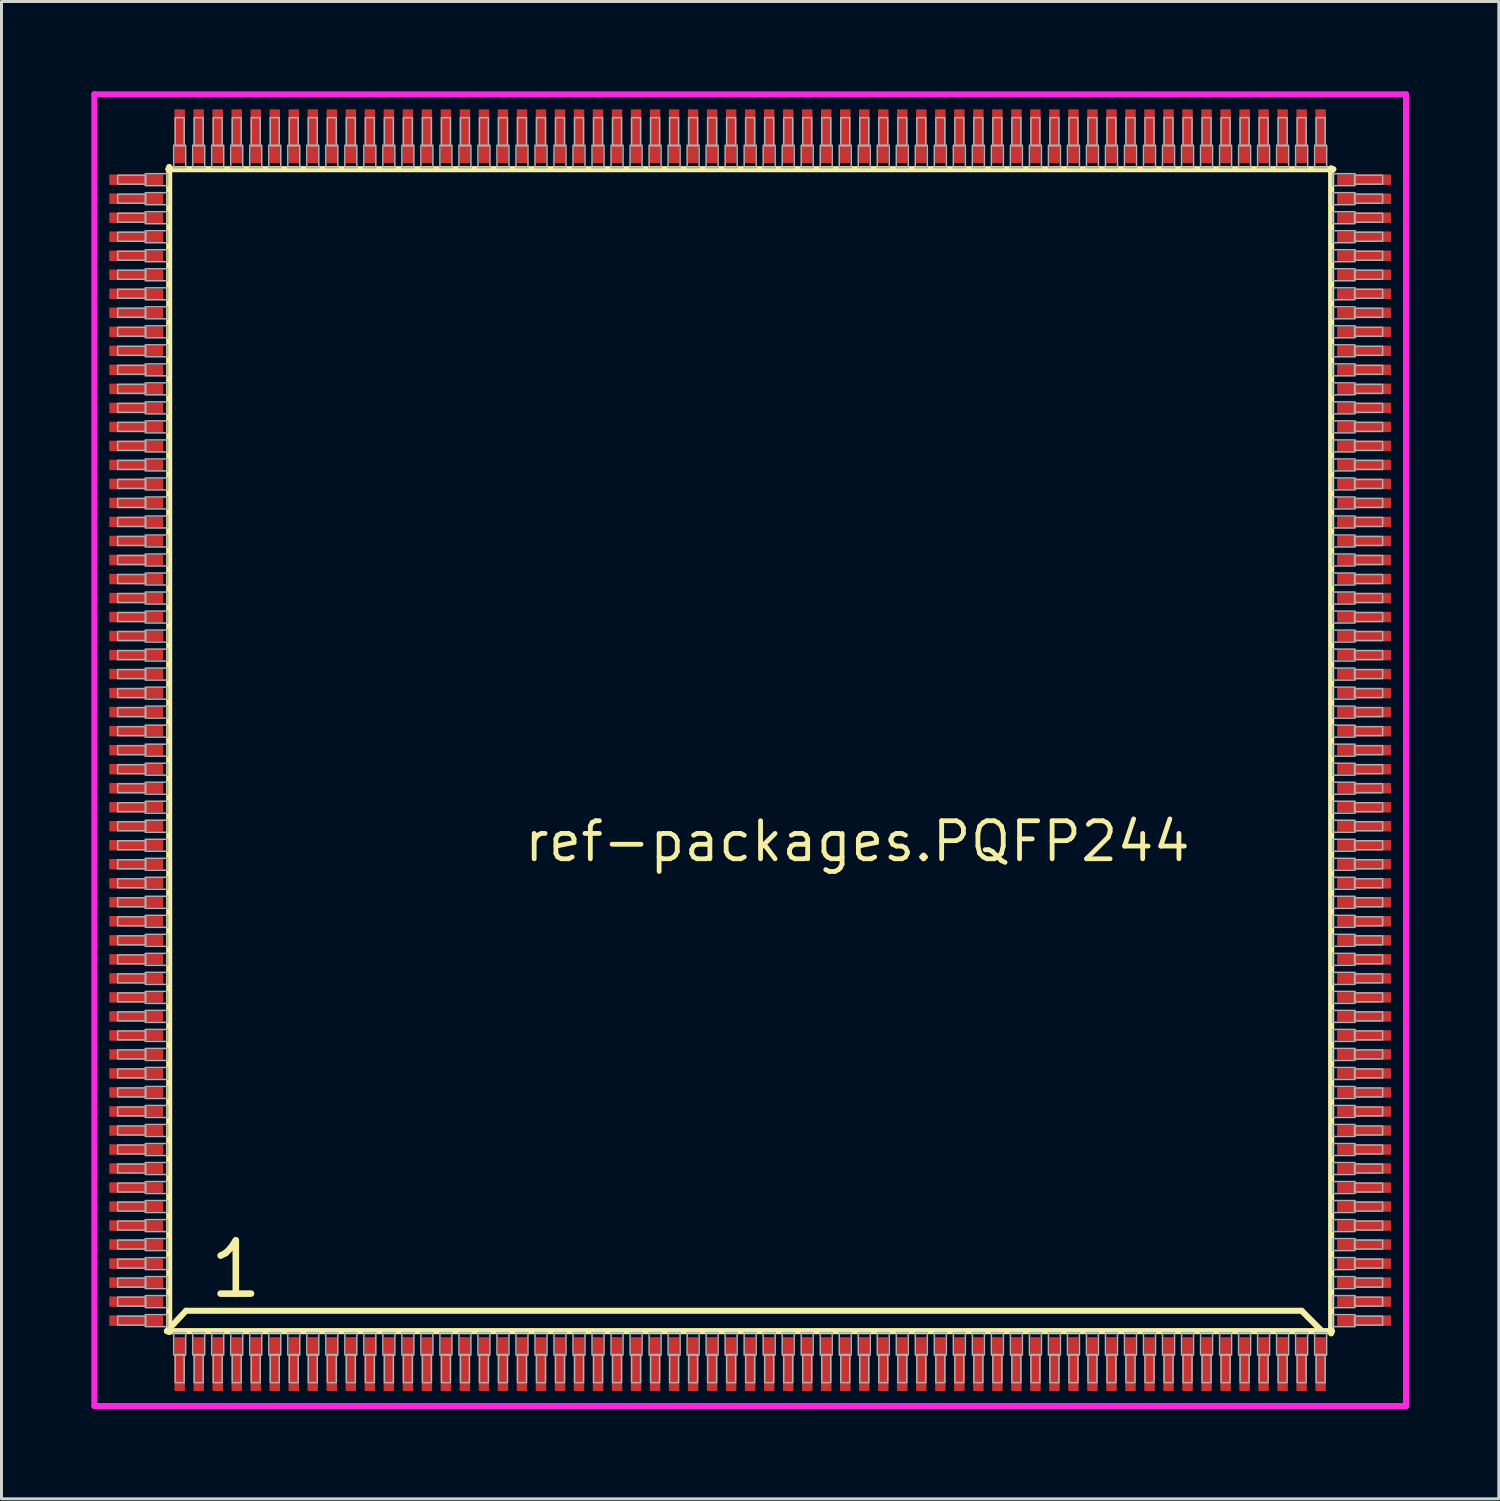
<source format=kicad_pcb>
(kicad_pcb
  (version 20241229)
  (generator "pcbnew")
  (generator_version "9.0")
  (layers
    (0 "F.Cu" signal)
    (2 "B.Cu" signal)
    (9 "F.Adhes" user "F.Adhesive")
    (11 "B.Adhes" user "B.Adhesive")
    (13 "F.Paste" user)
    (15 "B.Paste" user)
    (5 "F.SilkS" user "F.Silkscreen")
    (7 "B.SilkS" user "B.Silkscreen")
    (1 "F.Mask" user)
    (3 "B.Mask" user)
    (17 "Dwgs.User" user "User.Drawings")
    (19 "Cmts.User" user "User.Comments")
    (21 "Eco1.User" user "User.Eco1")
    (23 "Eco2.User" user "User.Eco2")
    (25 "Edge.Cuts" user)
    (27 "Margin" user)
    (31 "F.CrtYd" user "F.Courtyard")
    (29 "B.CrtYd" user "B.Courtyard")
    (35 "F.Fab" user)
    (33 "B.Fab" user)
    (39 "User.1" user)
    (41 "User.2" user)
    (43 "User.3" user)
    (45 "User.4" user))
  (footprint "ref-packages.PQFP244"
    (layer "F.Cu")
    (at 22 22)
    (property "Reference" "ref-packages.PQFP244" (at -7.62 3.79 0) (layer "F.SilkS") (effects (font (size 1.27 1.27) (thickness 0.16)) (justify left bottom)))
    (attr smd)
    (fp_line (start -19.476 19.4) (end -18.841 18.72) (stroke (width 0.203) (type default)) (layer "F.SilkS"))
    (fp_line (start -19.476 19.4) (end 19.431 19.4) (stroke (width 0.203) (type default)) (layer "F.SilkS"))
    (fp_line (start -19.4 -19.476) (end -19.4 19.431) (stroke (width 0.203) (type default)) (layer "F.SilkS"))
    (fp_line (start -18.841 18.72) (end 18.415 18.72) (stroke (width 0.203) (type default)) (layer "F.SilkS"))
    (fp_line (start 18.415 18.72) (end 19.05 19.355) (stroke (width 0.203) (type default)) (layer "F.SilkS"))
    (fp_line (start 19.4 19.476) (end 19.4 -19.431) (stroke (width 0.203) (type default)) (layer "F.SilkS"))
    (fp_line (start 19.476 -19.4) (end -19.431 -19.4) (stroke (width 0.203) (type default)) (layer "F.SilkS"))
    (fp_line (start -21.9 -21.9) (end 21.9 -21.9) (stroke (width 0.2) (type default)) (layer "F.CrtYd"))
    (fp_line (start -21.9 21.9) (end -21.9 -21.9) (stroke (width 0.2) (type default)) (layer "F.CrtYd"))
    (fp_line (start 21.9 -21.9) (end 21.9 21.9) (stroke (width 0.2) (type default)) (layer "F.CrtYd"))
    (fp_line (start 21.9 21.9) (end -21.9 21.9) (stroke (width 0.2) (type default)) (layer "F.CrtYd"))
    (fp_rect (start -21.12 -18.9) (end -20.18 -19.2) (stroke (width 0.05) (type default)) (fill no) (layer "F.Fab"))
    (fp_rect (start -21.12 -18.265) (end -20.18 -18.565) (stroke (width 0.05) (type default)) (fill no) (layer "F.Fab"))
    (fp_rect (start -21.12 -17.63) (end -20.18 -17.93) (stroke (width 0.05) (type default)) (fill no) (layer "F.Fab"))
    (fp_rect (start -21.12 -16.995) (end -20.18 -17.295) (stroke (width 0.05) (type default)) (fill no) (layer "F.Fab"))
    (fp_rect (start -21.12 -16.36) (end -20.18 -16.66) (stroke (width 0.05) (type default)) (fill no) (layer "F.Fab"))
    (fp_rect (start -21.12 -15.725) (end -20.18 -16.025) (stroke (width 0.05) (type default)) (fill no) (layer "F.Fab"))
    (fp_rect (start -21.12 -15.09) (end -20.18 -15.39) (stroke (width 0.05) (type default)) (fill no) (layer "F.Fab"))
    (fp_rect (start -21.12 -14.455) (end -20.18 -14.755) (stroke (width 0.05) (type default)) (fill no) (layer "F.Fab"))
    (fp_rect (start -21.12 -13.82) (end -20.18 -14.12) (stroke (width 0.05) (type default)) (fill no) (layer "F.Fab"))
    (fp_rect (start -21.12 -13.185) (end -20.18 -13.485) (stroke (width 0.05) (type default)) (fill no) (layer "F.Fab"))
    (fp_rect (start -21.12 -12.55) (end -20.18 -12.85) (stroke (width 0.05) (type default)) (fill no) (layer "F.Fab"))
    (fp_rect (start -21.12 -11.915) (end -20.18 -12.215) (stroke (width 0.05) (type default)) (fill no) (layer "F.Fab"))
    (fp_rect (start -21.12 -11.28) (end -20.18 -11.58) (stroke (width 0.05) (type default)) (fill no) (layer "F.Fab"))
    (fp_rect (start -21.12 -10.645) (end -20.18 -10.945) (stroke (width 0.05) (type default)) (fill no) (layer "F.Fab"))
    (fp_rect (start -21.12 -10.01) (end -20.18 -10.31) (stroke (width 0.05) (type default)) (fill no) (layer "F.Fab"))
    (fp_rect (start -21.12 -9.375) (end -20.18 -9.675) (stroke (width 0.05) (type default)) (fill no) (layer "F.Fab"))
    (fp_rect (start -21.12 -8.74) (end -20.18 -9.04) (stroke (width 0.05) (type default)) (fill no) (layer "F.Fab"))
    (fp_rect (start -21.12 -8.105) (end -20.18 -8.405) (stroke (width 0.05) (type default)) (fill no) (layer "F.Fab"))
    (fp_rect (start -21.12 -7.47) (end -20.18 -7.77) (stroke (width 0.05) (type default)) (fill no) (layer "F.Fab"))
    (fp_rect (start -21.12 -6.835) (end -20.18 -7.135) (stroke (width 0.05) (type default)) (fill no) (layer "F.Fab"))
    (fp_rect (start -21.12 -6.2) (end -20.18 -6.5) (stroke (width 0.05) (type default)) (fill no) (layer "F.Fab"))
    (fp_rect (start -21.12 -5.565) (end -20.18 -5.865) (stroke (width 0.05) (type default)) (fill no) (layer "F.Fab"))
    (fp_rect (start -21.12 -4.93) (end -20.18 -5.23) (stroke (width 0.05) (type default)) (fill no) (layer "F.Fab"))
    (fp_rect (start -21.12 -4.295) (end -20.18 -4.595) (stroke (width 0.05) (type default)) (fill no) (layer "F.Fab"))
    (fp_rect (start -21.12 -3.66) (end -20.18 -3.96) (stroke (width 0.05) (type default)) (fill no) (layer "F.Fab"))
    (fp_rect (start -21.12 -3.025) (end -20.18 -3.325) (stroke (width 0.05) (type default)) (fill no) (layer "F.Fab"))
    (fp_rect (start -21.12 -2.39) (end -20.18 -2.69) (stroke (width 0.05) (type default)) (fill no) (layer "F.Fab"))
    (fp_rect (start -21.12 -1.755) (end -20.18 -2.055) (stroke (width 0.05) (type default)) (fill no) (layer "F.Fab"))
    (fp_rect (start -21.12 -1.12) (end -20.18 -1.42) (stroke (width 0.05) (type default)) (fill no) (layer "F.Fab"))
    (fp_rect (start -21.12 -0.485) (end -20.18 -0.785) (stroke (width 0.05) (type default)) (fill no) (layer "F.Fab"))
    (fp_rect (start -21.12 0.15) (end -20.18 -0.15) (stroke (width 0.05) (type default)) (fill no) (layer "F.Fab"))
    (fp_rect (start -21.12 0.785) (end -20.18 0.485) (stroke (width 0.05) (type default)) (fill no) (layer "F.Fab"))
    (fp_rect (start -21.12 1.42) (end -20.18 1.12) (stroke (width 0.05) (type default)) (fill no) (layer "F.Fab"))
    (fp_rect (start -21.12 2.055) (end -20.18 1.755) (stroke (width 0.05) (type default)) (fill no) (layer "F.Fab"))
    (fp_rect (start -21.12 2.69) (end -20.18 2.39) (stroke (width 0.05) (type default)) (fill no) (layer "F.Fab"))
    (fp_rect (start -21.12 3.325) (end -20.18 3.025) (stroke (width 0.05) (type default)) (fill no) (layer "F.Fab"))
    (fp_rect (start -21.12 3.96) (end -20.18 3.66) (stroke (width 0.05) (type default)) (fill no) (layer "F.Fab"))
    (fp_rect (start -21.12 4.595) (end -20.18 4.295) (stroke (width 0.05) (type default)) (fill no) (layer "F.Fab"))
    (fp_rect (start -21.12 5.23) (end -20.18 4.93) (stroke (width 0.05) (type default)) (fill no) (layer "F.Fab"))
    (fp_rect (start -21.12 5.865) (end -20.18 5.565) (stroke (width 0.05) (type default)) (fill no) (layer "F.Fab"))
    (fp_rect (start -21.12 6.5) (end -20.18 6.2) (stroke (width 0.05) (type default)) (fill no) (layer "F.Fab"))
    (fp_rect (start -21.12 7.135) (end -20.18 6.835) (stroke (width 0.05) (type default)) (fill no) (layer "F.Fab"))
    (fp_rect (start -21.12 7.77) (end -20.18 7.47) (stroke (width 0.05) (type default)) (fill no) (layer "F.Fab"))
    (fp_rect (start -21.12 8.405) (end -20.18 8.105) (stroke (width 0.05) (type default)) (fill no) (layer "F.Fab"))
    (fp_rect (start -21.12 9.04) (end -20.18 8.74) (stroke (width 0.05) (type default)) (fill no) (layer "F.Fab"))
    (fp_rect (start -21.12 9.675) (end -20.18 9.375) (stroke (width 0.05) (type default)) (fill no) (layer "F.Fab"))
    (fp_rect (start -21.12 10.31) (end -20.18 10.01) (stroke (width 0.05) (type default)) (fill no) (layer "F.Fab"))
    (fp_rect (start -21.12 10.945) (end -20.18 10.645) (stroke (width 0.05) (type default)) (fill no) (layer "F.Fab"))
    (fp_rect (start -21.12 11.58) (end -20.18 11.28) (stroke (width 0.05) (type default)) (fill no) (layer "F.Fab"))
    (fp_rect (start -21.12 12.215) (end -20.18 11.915) (stroke (width 0.05) (type default)) (fill no) (layer "F.Fab"))
    (fp_rect (start -21.12 12.85) (end -20.18 12.55) (stroke (width 0.05) (type default)) (fill no) (layer "F.Fab"))
    (fp_rect (start -21.12 13.485) (end -20.18 13.185) (stroke (width 0.05) (type default)) (fill no) (layer "F.Fab"))
    (fp_rect (start -21.12 14.12) (end -20.18 13.82) (stroke (width 0.05) (type default)) (fill no) (layer "F.Fab"))
    (fp_rect (start -21.12 14.755) (end -20.18 14.455) (stroke (width 0.05) (type default)) (fill no) (layer "F.Fab"))
    (fp_rect (start -21.12 15.39) (end -20.18 15.09) (stroke (width 0.05) (type default)) (fill no) (layer "F.Fab"))
    (fp_rect (start -21.12 16.025) (end -20.18 15.725) (stroke (width 0.05) (type default)) (fill no) (layer "F.Fab"))
    (fp_rect (start -21.12 16.66) (end -20.18 16.36) (stroke (width 0.05) (type default)) (fill no) (layer "F.Fab"))
    (fp_rect (start -21.12 17.295) (end -20.18 16.995) (stroke (width 0.05) (type default)) (fill no) (layer "F.Fab"))
    (fp_rect (start -21.12 17.93) (end -20.18 17.63) (stroke (width 0.05) (type default)) (fill no) (layer "F.Fab"))
    (fp_rect (start -21.12 18.565) (end -20.18 18.265) (stroke (width 0.05) (type default)) (fill no) (layer "F.Fab"))
    (fp_rect (start -21.12 19.2) (end -20.18 18.9) (stroke (width 0.05) (type default)) (fill no) (layer "F.Fab"))
    (fp_rect (start -20.2 -18.85) (end -19.45 -19.25) (stroke (width 0.05) (type default)) (fill no) (layer "F.Fab"))
    (fp_rect (start -20.2 -18.215) (end -19.45 -18.615) (stroke (width 0.05) (type default)) (fill no) (layer "F.Fab"))
    (fp_rect (start -20.2 -17.58) (end -19.45 -17.98) (stroke (width 0.05) (type default)) (fill no) (layer "F.Fab"))
    (fp_rect (start -20.2 -16.945) (end -19.45 -17.345) (stroke (width 0.05) (type default)) (fill no) (layer "F.Fab"))
    (fp_rect (start -20.2 -16.31) (end -19.45 -16.71) (stroke (width 0.05) (type default)) (fill no) (layer "F.Fab"))
    (fp_rect (start -20.2 -15.675) (end -19.45 -16.075) (stroke (width 0.05) (type default)) (fill no) (layer "F.Fab"))
    (fp_rect (start -20.2 -15.04) (end -19.45 -15.44) (stroke (width 0.05) (type default)) (fill no) (layer "F.Fab"))
    (fp_rect (start -20.2 -14.405) (end -19.45 -14.805) (stroke (width 0.05) (type default)) (fill no) (layer "F.Fab"))
    (fp_rect (start -20.2 -13.77) (end -19.45 -14.17) (stroke (width 0.05) (type default)) (fill no) (layer "F.Fab"))
    (fp_rect (start -20.2 -13.135) (end -19.45 -13.535) (stroke (width 0.05) (type default)) (fill no) (layer "F.Fab"))
    (fp_rect (start -20.2 -12.5) (end -19.45 -12.9) (stroke (width 0.05) (type default)) (fill no) (layer "F.Fab"))
    (fp_rect (start -20.2 -11.865) (end -19.45 -12.265) (stroke (width 0.05) (type default)) (fill no) (layer "F.Fab"))
    (fp_rect (start -20.2 -11.23) (end -19.45 -11.63) (stroke (width 0.05) (type default)) (fill no) (layer "F.Fab"))
    (fp_rect (start -20.2 -10.595) (end -19.45 -10.995) (stroke (width 0.05) (type default)) (fill no) (layer "F.Fab"))
    (fp_rect (start -20.2 -9.96) (end -19.45 -10.36) (stroke (width 0.05) (type default)) (fill no) (layer "F.Fab"))
    (fp_rect (start -20.2 -9.325) (end -19.45 -9.725) (stroke (width 0.05) (type default)) (fill no) (layer "F.Fab"))
    (fp_rect (start -20.2 -8.69) (end -19.45 -9.09) (stroke (width 0.05) (type default)) (fill no) (layer "F.Fab"))
    (fp_rect (start -20.2 -8.055) (end -19.45 -8.455) (stroke (width 0.05) (type default)) (fill no) (layer "F.Fab"))
    (fp_rect (start -20.2 -7.42) (end -19.45 -7.82) (stroke (width 0.05) (type default)) (fill no) (layer "F.Fab"))
    (fp_rect (start -20.2 -6.785) (end -19.45 -7.185) (stroke (width 0.05) (type default)) (fill no) (layer "F.Fab"))
    (fp_rect (start -20.2 -6.15) (end -19.45 -6.55) (stroke (width 0.05) (type default)) (fill no) (layer "F.Fab"))
    (fp_rect (start -20.2 -5.515) (end -19.45 -5.915) (stroke (width 0.05) (type default)) (fill no) (layer "F.Fab"))
    (fp_rect (start -20.2 -4.88) (end -19.45 -5.28) (stroke (width 0.05) (type default)) (fill no) (layer "F.Fab"))
    (fp_rect (start -20.2 -4.245) (end -19.45 -4.645) (stroke (width 0.05) (type default)) (fill no) (layer "F.Fab"))
    (fp_rect (start -20.2 -3.61) (end -19.45 -4.01) (stroke (width 0.05) (type default)) (fill no) (layer "F.Fab"))
    (fp_rect (start -20.2 -2.975) (end -19.45 -3.375) (stroke (width 0.05) (type default)) (fill no) (layer "F.Fab"))
    (fp_rect (start -20.2 -2.34) (end -19.45 -2.74) (stroke (width 0.05) (type default)) (fill no) (layer "F.Fab"))
    (fp_rect (start -20.2 -1.705) (end -19.45 -2.105) (stroke (width 0.05) (type default)) (fill no) (layer "F.Fab"))
    (fp_rect (start -20.2 -1.07) (end -19.45 -1.47) (stroke (width 0.05) (type default)) (fill no) (layer "F.Fab"))
    (fp_rect (start -20.2 -0.435) (end -19.45 -0.835) (stroke (width 0.05) (type default)) (fill no) (layer "F.Fab"))
    (fp_rect (start -20.2 0.2) (end -19.45 -0.2) (stroke (width 0.05) (type default)) (fill no) (layer "F.Fab"))
    (fp_rect (start -20.2 0.835) (end -19.45 0.435) (stroke (width 0.05) (type default)) (fill no) (layer "F.Fab"))
    (fp_rect (start -20.2 1.47) (end -19.45 1.07) (stroke (width 0.05) (type default)) (fill no) (layer "F.Fab"))
    (fp_rect (start -20.2 2.105) (end -19.45 1.705) (stroke (width 0.05) (type default)) (fill no) (layer "F.Fab"))
    (fp_rect (start -20.2 2.74) (end -19.45 2.34) (stroke (width 0.05) (type default)) (fill no) (layer "F.Fab"))
    (fp_rect (start -20.2 3.375) (end -19.45 2.975) (stroke (width 0.05) (type default)) (fill no) (layer "F.Fab"))
    (fp_rect (start -20.2 4.01) (end -19.45 3.61) (stroke (width 0.05) (type default)) (fill no) (layer "F.Fab"))
    (fp_rect (start -20.2 4.645) (end -19.45 4.245) (stroke (width 0.05) (type default)) (fill no) (layer "F.Fab"))
    (fp_rect (start -20.2 5.28) (end -19.45 4.88) (stroke (width 0.05) (type default)) (fill no) (layer "F.Fab"))
    (fp_rect (start -20.2 5.915) (end -19.45 5.515) (stroke (width 0.05) (type default)) (fill no) (layer "F.Fab"))
    (fp_rect (start -20.2 6.55) (end -19.45 6.15) (stroke (width 0.05) (type default)) (fill no) (layer "F.Fab"))
    (fp_rect (start -20.2 7.185) (end -19.45 6.785) (stroke (width 0.05) (type default)) (fill no) (layer "F.Fab"))
    (fp_rect (start -20.2 7.82) (end -19.45 7.42) (stroke (width 0.05) (type default)) (fill no) (layer "F.Fab"))
    (fp_rect (start -20.2 8.455) (end -19.45 8.055) (stroke (width 0.05) (type default)) (fill no) (layer "F.Fab"))
    (fp_rect (start -20.2 9.09) (end -19.45 8.69) (stroke (width 0.05) (type default)) (fill no) (layer "F.Fab"))
    (fp_rect (start -20.2 9.725) (end -19.45 9.325) (stroke (width 0.05) (type default)) (fill no) (layer "F.Fab"))
    (fp_rect (start -20.2 10.36) (end -19.45 9.96) (stroke (width 0.05) (type default)) (fill no) (layer "F.Fab"))
    (fp_rect (start -20.2 10.995) (end -19.45 10.595) (stroke (width 0.05) (type default)) (fill no) (layer "F.Fab"))
    (fp_rect (start -20.2 11.63) (end -19.45 11.23) (stroke (width 0.05) (type default)) (fill no) (layer "F.Fab"))
    (fp_rect (start -20.2 12.265) (end -19.45 11.865) (stroke (width 0.05) (type default)) (fill no) (layer "F.Fab"))
    (fp_rect (start -20.2 12.9) (end -19.45 12.5) (stroke (width 0.05) (type default)) (fill no) (layer "F.Fab"))
    (fp_rect (start -20.2 13.535) (end -19.45 13.135) (stroke (width 0.05) (type default)) (fill no) (layer "F.Fab"))
    (fp_rect (start -20.2 14.17) (end -19.45 13.77) (stroke (width 0.05) (type default)) (fill no) (layer "F.Fab"))
    (fp_rect (start -20.2 14.805) (end -19.45 14.405) (stroke (width 0.05) (type default)) (fill no) (layer "F.Fab"))
    (fp_rect (start -20.2 15.44) (end -19.45 15.04) (stroke (width 0.05) (type default)) (fill no) (layer "F.Fab"))
    (fp_rect (start -20.2 16.075) (end -19.45 15.675) (stroke (width 0.05) (type default)) (fill no) (layer "F.Fab"))
    (fp_rect (start -20.2 16.71) (end -19.45 16.31) (stroke (width 0.05) (type default)) (fill no) (layer "F.Fab"))
    (fp_rect (start -20.2 17.345) (end -19.45 16.945) (stroke (width 0.05) (type default)) (fill no) (layer "F.Fab"))
    (fp_rect (start -20.2 17.98) (end -19.45 17.58) (stroke (width 0.05) (type default)) (fill no) (layer "F.Fab"))
    (fp_rect (start -20.2 18.615) (end -19.45 18.215) (stroke (width 0.05) (type default)) (fill no) (layer "F.Fab"))
    (fp_rect (start -20.2 19.25) (end -19.45 18.85) (stroke (width 0.05) (type default)) (fill no) (layer "F.Fab"))
    (fp_rect (start -19.25 -19.45) (end -18.85 -20.2) (stroke (width 0.05) (type default)) (fill no) (layer "F.Fab"))
    (fp_rect (start -19.25 20.2) (end -18.85 19.45) (stroke (width 0.05) (type default)) (fill no) (layer "F.Fab"))
    (fp_rect (start -19.2 -20.18) (end -18.9 -21.12) (stroke (width 0.05) (type default)) (fill no) (layer "F.Fab"))
    (fp_rect (start -19.2 21.12) (end -18.9 20.18) (stroke (width 0.05) (type default)) (fill no) (layer "F.Fab"))
    (fp_rect (start -18.615 -19.45) (end -18.215 -20.2) (stroke (width 0.05) (type default)) (fill no) (layer "F.Fab"))
    (fp_rect (start -18.615 20.2) (end -18.215 19.45) (stroke (width 0.05) (type default)) (fill no) (layer "F.Fab"))
    (fp_rect (start -18.565 -20.18) (end -18.265 -21.12) (stroke (width 0.05) (type default)) (fill no) (layer "F.Fab"))
    (fp_rect (start -18.565 21.12) (end -18.265 20.18) (stroke (width 0.05) (type default)) (fill no) (layer "F.Fab"))
    (fp_rect (start -17.98 -19.45) (end -17.58 -20.2) (stroke (width 0.05) (type default)) (fill no) (layer "F.Fab"))
    (fp_rect (start -17.98 20.2) (end -17.58 19.45) (stroke (width 0.05) (type default)) (fill no) (layer "F.Fab"))
    (fp_rect (start -17.93 -20.18) (end -17.63 -21.12) (stroke (width 0.05) (type default)) (fill no) (layer "F.Fab"))
    (fp_rect (start -17.93 21.12) (end -17.63 20.18) (stroke (width 0.05) (type default)) (fill no) (layer "F.Fab"))
    (fp_rect (start -17.345 -19.45) (end -16.945 -20.2) (stroke (width 0.05) (type default)) (fill no) (layer "F.Fab"))
    (fp_rect (start -17.345 20.2) (end -16.945 19.45) (stroke (width 0.05) (type default)) (fill no) (layer "F.Fab"))
    (fp_rect (start -17.295 -20.18) (end -16.995 -21.12) (stroke (width 0.05) (type default)) (fill no) (layer "F.Fab"))
    (fp_rect (start -17.295 21.12) (end -16.995 20.18) (stroke (width 0.05) (type default)) (fill no) (layer "F.Fab"))
    (fp_rect (start -16.71 -19.45) (end -16.31 -20.2) (stroke (width 0.05) (type default)) (fill no) (layer "F.Fab"))
    (fp_rect (start -16.71 20.2) (end -16.31 19.45) (stroke (width 0.05) (type default)) (fill no) (layer "F.Fab"))
    (fp_rect (start -16.66 -20.18) (end -16.36 -21.12) (stroke (width 0.05) (type default)) (fill no) (layer "F.Fab"))
    (fp_rect (start -16.66 21.12) (end -16.36 20.18) (stroke (width 0.05) (type default)) (fill no) (layer "F.Fab"))
    (fp_rect (start -16.075 -19.45) (end -15.675 -20.2) (stroke (width 0.05) (type default)) (fill no) (layer "F.Fab"))
    (fp_rect (start -16.075 20.2) (end -15.675 19.45) (stroke (width 0.05) (type default)) (fill no) (layer "F.Fab"))
    (fp_rect (start -16.025 -20.18) (end -15.725 -21.12) (stroke (width 0.05) (type default)) (fill no) (layer "F.Fab"))
    (fp_rect (start -16.025 21.12) (end -15.725 20.18) (stroke (width 0.05) (type default)) (fill no) (layer "F.Fab"))
    (fp_rect (start -15.44 -19.45) (end -15.04 -20.2) (stroke (width 0.05) (type default)) (fill no) (layer "F.Fab"))
    (fp_rect (start -15.44 20.2) (end -15.04 19.45) (stroke (width 0.05) (type default)) (fill no) (layer "F.Fab"))
    (fp_rect (start -15.39 -20.18) (end -15.09 -21.12) (stroke (width 0.05) (type default)) (fill no) (layer "F.Fab"))
    (fp_rect (start -15.39 21.12) (end -15.09 20.18) (stroke (width 0.05) (type default)) (fill no) (layer "F.Fab"))
    (fp_rect (start -14.805 -19.45) (end -14.405 -20.2) (stroke (width 0.05) (type default)) (fill no) (layer "F.Fab"))
    (fp_rect (start -14.805 20.2) (end -14.405 19.45) (stroke (width 0.05) (type default)) (fill no) (layer "F.Fab"))
    (fp_rect (start -14.755 -20.18) (end -14.455 -21.12) (stroke (width 0.05) (type default)) (fill no) (layer "F.Fab"))
    (fp_rect (start -14.755 21.12) (end -14.455 20.18) (stroke (width 0.05) (type default)) (fill no) (layer "F.Fab"))
    (fp_rect (start -14.17 -19.45) (end -13.77 -20.2) (stroke (width 0.05) (type default)) (fill no) (layer "F.Fab"))
    (fp_rect (start -14.17 20.2) (end -13.77 19.45) (stroke (width 0.05) (type default)) (fill no) (layer "F.Fab"))
    (fp_rect (start -14.12 -20.18) (end -13.82 -21.12) (stroke (width 0.05) (type default)) (fill no) (layer "F.Fab"))
    (fp_rect (start -14.12 21.12) (end -13.82 20.18) (stroke (width 0.05) (type default)) (fill no) (layer "F.Fab"))
    (fp_rect (start -13.535 -19.45) (end -13.135 -20.2) (stroke (width 0.05) (type default)) (fill no) (layer "F.Fab"))
    (fp_rect (start -13.535 20.2) (end -13.135 19.45) (stroke (width 0.05) (type default)) (fill no) (layer "F.Fab"))
    (fp_rect (start -13.485 -20.18) (end -13.185 -21.12) (stroke (width 0.05) (type default)) (fill no) (layer "F.Fab"))
    (fp_rect (start -13.485 21.12) (end -13.185 20.18) (stroke (width 0.05) (type default)) (fill no) (layer "F.Fab"))
    (fp_rect (start -12.9 -19.45) (end -12.5 -20.2) (stroke (width 0.05) (type default)) (fill no) (layer "F.Fab"))
    (fp_rect (start -12.9 20.2) (end -12.5 19.45) (stroke (width 0.05) (type default)) (fill no) (layer "F.Fab"))
    (fp_rect (start -12.85 -20.18) (end -12.55 -21.12) (stroke (width 0.05) (type default)) (fill no) (layer "F.Fab"))
    (fp_rect (start -12.85 21.12) (end -12.55 20.18) (stroke (width 0.05) (type default)) (fill no) (layer "F.Fab"))
    (fp_rect (start -12.265 -19.45) (end -11.865 -20.2) (stroke (width 0.05) (type default)) (fill no) (layer "F.Fab"))
    (fp_rect (start -12.265 20.2) (end -11.865 19.45) (stroke (width 0.05) (type default)) (fill no) (layer "F.Fab"))
    (fp_rect (start -12.215 -20.18) (end -11.915 -21.12) (stroke (width 0.05) (type default)) (fill no) (layer "F.Fab"))
    (fp_rect (start -12.215 21.12) (end -11.915 20.18) (stroke (width 0.05) (type default)) (fill no) (layer "F.Fab"))
    (fp_rect (start -11.63 -19.45) (end -11.23 -20.2) (stroke (width 0.05) (type default)) (fill no) (layer "F.Fab"))
    (fp_rect (start -11.63 20.2) (end -11.23 19.45) (stroke (width 0.05) (type default)) (fill no) (layer "F.Fab"))
    (fp_rect (start -11.58 -20.18) (end -11.28 -21.12) (stroke (width 0.05) (type default)) (fill no) (layer "F.Fab"))
    (fp_rect (start -11.58 21.12) (end -11.28 20.18) (stroke (width 0.05) (type default)) (fill no) (layer "F.Fab"))
    (fp_rect (start -10.995 -19.45) (end -10.595 -20.2) (stroke (width 0.05) (type default)) (fill no) (layer "F.Fab"))
    (fp_rect (start -10.995 20.2) (end -10.595 19.45) (stroke (width 0.05) (type default)) (fill no) (layer "F.Fab"))
    (fp_rect (start -10.945 -20.18) (end -10.645 -21.12) (stroke (width 0.05) (type default)) (fill no) (layer "F.Fab"))
    (fp_rect (start -10.945 21.12) (end -10.645 20.18) (stroke (width 0.05) (type default)) (fill no) (layer "F.Fab"))
    (fp_rect (start -10.36 -19.45) (end -9.96 -20.2) (stroke (width 0.05) (type default)) (fill no) (layer "F.Fab"))
    (fp_rect (start -10.36 20.2) (end -9.96 19.45) (stroke (width 0.05) (type default)) (fill no) (layer "F.Fab"))
    (fp_rect (start -10.31 -20.18) (end -10.01 -21.12) (stroke (width 0.05) (type default)) (fill no) (layer "F.Fab"))
    (fp_rect (start -10.31 21.12) (end -10.01 20.18) (stroke (width 0.05) (type default)) (fill no) (layer "F.Fab"))
    (fp_rect (start -9.725 -19.45) (end -9.325 -20.2) (stroke (width 0.05) (type default)) (fill no) (layer "F.Fab"))
    (fp_rect (start -9.725 20.2) (end -9.325 19.45) (stroke (width 0.05) (type default)) (fill no) (layer "F.Fab"))
    (fp_rect (start -9.675 -20.18) (end -9.375 -21.12) (stroke (width 0.05) (type default)) (fill no) (layer "F.Fab"))
    (fp_rect (start -9.675 21.12) (end -9.375 20.18) (stroke (width 0.05) (type default)) (fill no) (layer "F.Fab"))
    (fp_rect (start -9.09 -19.45) (end -8.69 -20.2) (stroke (width 0.05) (type default)) (fill no) (layer "F.Fab"))
    (fp_rect (start -9.09 20.2) (end -8.69 19.45) (stroke (width 0.05) (type default)) (fill no) (layer "F.Fab"))
    (fp_rect (start -9.04 -20.18) (end -8.74 -21.12) (stroke (width 0.05) (type default)) (fill no) (layer "F.Fab"))
    (fp_rect (start -9.04 21.12) (end -8.74 20.18) (stroke (width 0.05) (type default)) (fill no) (layer "F.Fab"))
    (fp_rect (start -8.455 -19.45) (end -8.055 -20.2) (stroke (width 0.05) (type default)) (fill no) (layer "F.Fab"))
    (fp_rect (start -8.455 20.2) (end -8.055 19.45) (stroke (width 0.05) (type default)) (fill no) (layer "F.Fab"))
    (fp_rect (start -8.405 -20.18) (end -8.105 -21.12) (stroke (width 0.05) (type default)) (fill no) (layer "F.Fab"))
    (fp_rect (start -8.405 21.12) (end -8.105 20.18) (stroke (width 0.05) (type default)) (fill no) (layer "F.Fab"))
    (fp_rect (start -7.82 -19.45) (end -7.42 -20.2) (stroke (width 0.05) (type default)) (fill no) (layer "F.Fab"))
    (fp_rect (start -7.82 20.2) (end -7.42 19.45) (stroke (width 0.05) (type default)) (fill no) (layer "F.Fab"))
    (fp_rect (start -7.77 -20.18) (end -7.47 -21.12) (stroke (width 0.05) (type default)) (fill no) (layer "F.Fab"))
    (fp_rect (start -7.77 21.12) (end -7.47 20.18) (stroke (width 0.05) (type default)) (fill no) (layer "F.Fab"))
    (fp_rect (start -7.185 -19.45) (end -6.785 -20.2) (stroke (width 0.05) (type default)) (fill no) (layer "F.Fab"))
    (fp_rect (start -7.185 20.2) (end -6.785 19.45) (stroke (width 0.05) (type default)) (fill no) (layer "F.Fab"))
    (fp_rect (start -7.135 -20.18) (end -6.835 -21.12) (stroke (width 0.05) (type default)) (fill no) (layer "F.Fab"))
    (fp_rect (start -7.135 21.12) (end -6.835 20.18) (stroke (width 0.05) (type default)) (fill no) (layer "F.Fab"))
    (fp_rect (start -6.55 -19.45) (end -6.15 -20.2) (stroke (width 0.05) (type default)) (fill no) (layer "F.Fab"))
    (fp_rect (start -6.55 20.2) (end -6.15 19.45) (stroke (width 0.05) (type default)) (fill no) (layer "F.Fab"))
    (fp_rect (start -6.5 -20.18) (end -6.2 -21.12) (stroke (width 0.05) (type default)) (fill no) (layer "F.Fab"))
    (fp_rect (start -6.5 21.12) (end -6.2 20.18) (stroke (width 0.05) (type default)) (fill no) (layer "F.Fab"))
    (fp_rect (start -5.915 -19.45) (end -5.515 -20.2) (stroke (width 0.05) (type default)) (fill no) (layer "F.Fab"))
    (fp_rect (start -5.915 20.2) (end -5.515 19.45) (stroke (width 0.05) (type default)) (fill no) (layer "F.Fab"))
    (fp_rect (start -5.865 -20.18) (end -5.565 -21.12) (stroke (width 0.05) (type default)) (fill no) (layer "F.Fab"))
    (fp_rect (start -5.865 21.12) (end -5.565 20.18) (stroke (width 0.05) (type default)) (fill no) (layer "F.Fab"))
    (fp_rect (start -5.28 -19.45) (end -4.88 -20.2) (stroke (width 0.05) (type default)) (fill no) (layer "F.Fab"))
    (fp_rect (start -5.28 20.2) (end -4.88 19.45) (stroke (width 0.05) (type default)) (fill no) (layer "F.Fab"))
    (fp_rect (start -5.23 -20.18) (end -4.93 -21.12) (stroke (width 0.05) (type default)) (fill no) (layer "F.Fab"))
    (fp_rect (start -5.23 21.12) (end -4.93 20.18) (stroke (width 0.05) (type default)) (fill no) (layer "F.Fab"))
    (fp_rect (start -4.645 -19.45) (end -4.245 -20.2) (stroke (width 0.05) (type default)) (fill no) (layer "F.Fab"))
    (fp_rect (start -4.645 20.2) (end -4.245 19.45) (stroke (width 0.05) (type default)) (fill no) (layer "F.Fab"))
    (fp_rect (start -4.595 -20.18) (end -4.295 -21.12) (stroke (width 0.05) (type default)) (fill no) (layer "F.Fab"))
    (fp_rect (start -4.595 21.12) (end -4.295 20.18) (stroke (width 0.05) (type default)) (fill no) (layer "F.Fab"))
    (fp_rect (start -4.01 -19.45) (end -3.61 -20.2) (stroke (width 0.05) (type default)) (fill no) (layer "F.Fab"))
    (fp_rect (start -4.01 20.2) (end -3.61 19.45) (stroke (width 0.05) (type default)) (fill no) (layer "F.Fab"))
    (fp_rect (start -3.96 -20.18) (end -3.66 -21.12) (stroke (width 0.05) (type default)) (fill no) (layer "F.Fab"))
    (fp_rect (start -3.96 21.12) (end -3.66 20.18) (stroke (width 0.05) (type default)) (fill no) (layer "F.Fab"))
    (fp_rect (start -3.375 -19.45) (end -2.975 -20.2) (stroke (width 0.05) (type default)) (fill no) (layer "F.Fab"))
    (fp_rect (start -3.375 20.2) (end -2.975 19.45) (stroke (width 0.05) (type default)) (fill no) (layer "F.Fab"))
    (fp_rect (start -3.325 -20.18) (end -3.025 -21.12) (stroke (width 0.05) (type default)) (fill no) (layer "F.Fab"))
    (fp_rect (start -3.325 21.12) (end -3.025 20.18) (stroke (width 0.05) (type default)) (fill no) (layer "F.Fab"))
    (fp_rect (start -2.74 -19.45) (end -2.34 -20.2) (stroke (width 0.05) (type default)) (fill no) (layer "F.Fab"))
    (fp_rect (start -2.74 20.2) (end -2.34 19.45) (stroke (width 0.05) (type default)) (fill no) (layer "F.Fab"))
    (fp_rect (start -2.69 -20.18) (end -2.39 -21.12) (stroke (width 0.05) (type default)) (fill no) (layer "F.Fab"))
    (fp_rect (start -2.69 21.12) (end -2.39 20.18) (stroke (width 0.05) (type default)) (fill no) (layer "F.Fab"))
    (fp_rect (start -2.105 -19.45) (end -1.705 -20.2) (stroke (width 0.05) (type default)) (fill no) (layer "F.Fab"))
    (fp_rect (start -2.105 20.2) (end -1.705 19.45) (stroke (width 0.05) (type default)) (fill no) (layer "F.Fab"))
    (fp_rect (start -2.055 -20.18) (end -1.755 -21.12) (stroke (width 0.05) (type default)) (fill no) (layer "F.Fab"))
    (fp_rect (start -2.055 21.12) (end -1.755 20.18) (stroke (width 0.05) (type default)) (fill no) (layer "F.Fab"))
    (fp_rect (start -1.47 -19.45) (end -1.07 -20.2) (stroke (width 0.05) (type default)) (fill no) (layer "F.Fab"))
    (fp_rect (start -1.47 20.2) (end -1.07 19.45) (stroke (width 0.05) (type default)) (fill no) (layer "F.Fab"))
    (fp_rect (start -1.42 -20.18) (end -1.12 -21.12) (stroke (width 0.05) (type default)) (fill no) (layer "F.Fab"))
    (fp_rect (start -1.42 21.12) (end -1.12 20.18) (stroke (width 0.05) (type default)) (fill no) (layer "F.Fab"))
    (fp_rect (start -0.835 -19.45) (end -0.435 -20.2) (stroke (width 0.05) (type default)) (fill no) (layer "F.Fab"))
    (fp_rect (start -0.835 20.2) (end -0.435 19.45) (stroke (width 0.05) (type default)) (fill no) (layer "F.Fab"))
    (fp_rect (start -0.785 -20.18) (end -0.485 -21.12) (stroke (width 0.05) (type default)) (fill no) (layer "F.Fab"))
    (fp_rect (start -0.785 21.12) (end -0.485 20.18) (stroke (width 0.05) (type default)) (fill no) (layer "F.Fab"))
    (fp_rect (start -0.2 -19.45) (end 0.2 -20.2) (stroke (width 0.05) (type default)) (fill no) (layer "F.Fab"))
    (fp_rect (start -0.2 20.2) (end 0.2 19.45) (stroke (width 0.05) (type default)) (fill no) (layer "F.Fab"))
    (fp_rect (start -0.15 -20.18) (end 0.15 -21.12) (stroke (width 0.05) (type default)) (fill no) (layer "F.Fab"))
    (fp_rect (start -0.15 21.12) (end 0.15 20.18) (stroke (width 0.05) (type default)) (fill no) (layer "F.Fab"))
    (fp_rect (start 0.435 -19.45) (end 0.835 -20.2) (stroke (width 0.05) (type default)) (fill no) (layer "F.Fab"))
    (fp_rect (start 0.435 20.2) (end 0.835 19.45) (stroke (width 0.05) (type default)) (fill no) (layer "F.Fab"))
    (fp_rect (start 0.485 -20.18) (end 0.785 -21.12) (stroke (width 0.05) (type default)) (fill no) (layer "F.Fab"))
    (fp_rect (start 0.485 21.12) (end 0.785 20.18) (stroke (width 0.05) (type default)) (fill no) (layer "F.Fab"))
    (fp_rect (start 1.07 -19.45) (end 1.47 -20.2) (stroke (width 0.05) (type default)) (fill no) (layer "F.Fab"))
    (fp_rect (start 1.07 20.2) (end 1.47 19.45) (stroke (width 0.05) (type default)) (fill no) (layer "F.Fab"))
    (fp_rect (start 1.12 -20.18) (end 1.42 -21.12) (stroke (width 0.05) (type default)) (fill no) (layer "F.Fab"))
    (fp_rect (start 1.12 21.12) (end 1.42 20.18) (stroke (width 0.05) (type default)) (fill no) (layer "F.Fab"))
    (fp_rect (start 1.705 -19.45) (end 2.105 -20.2) (stroke (width 0.05) (type default)) (fill no) (layer "F.Fab"))
    (fp_rect (start 1.705 20.2) (end 2.105 19.45) (stroke (width 0.05) (type default)) (fill no) (layer "F.Fab"))
    (fp_rect (start 1.755 -20.18) (end 2.055 -21.12) (stroke (width 0.05) (type default)) (fill no) (layer "F.Fab"))
    (fp_rect (start 1.755 21.12) (end 2.055 20.18) (stroke (width 0.05) (type default)) (fill no) (layer "F.Fab"))
    (fp_rect (start 2.34 -19.45) (end 2.74 -20.2) (stroke (width 0.05) (type default)) (fill no) (layer "F.Fab"))
    (fp_rect (start 2.34 20.2) (end 2.74 19.45) (stroke (width 0.05) (type default)) (fill no) (layer "F.Fab"))
    (fp_rect (start 2.39 -20.18) (end 2.69 -21.12) (stroke (width 0.05) (type default)) (fill no) (layer "F.Fab"))
    (fp_rect (start 2.39 21.12) (end 2.69 20.18) (stroke (width 0.05) (type default)) (fill no) (layer "F.Fab"))
    (fp_rect (start 2.975 -19.45) (end 3.375 -20.2) (stroke (width 0.05) (type default)) (fill no) (layer "F.Fab"))
    (fp_rect (start 2.975 20.2) (end 3.375 19.45) (stroke (width 0.05) (type default)) (fill no) (layer "F.Fab"))
    (fp_rect (start 3.025 -20.18) (end 3.325 -21.12) (stroke (width 0.05) (type default)) (fill no) (layer "F.Fab"))
    (fp_rect (start 3.025 21.12) (end 3.325 20.18) (stroke (width 0.05) (type default)) (fill no) (layer "F.Fab"))
    (fp_rect (start 3.61 -19.45) (end 4.01 -20.2) (stroke (width 0.05) (type default)) (fill no) (layer "F.Fab"))
    (fp_rect (start 3.61 20.2) (end 4.01 19.45) (stroke (width 0.05) (type default)) (fill no) (layer "F.Fab"))
    (fp_rect (start 3.66 -20.18) (end 3.96 -21.12) (stroke (width 0.05) (type default)) (fill no) (layer "F.Fab"))
    (fp_rect (start 3.66 21.12) (end 3.96 20.18) (stroke (width 0.05) (type default)) (fill no) (layer "F.Fab"))
    (fp_rect (start 4.245 -19.45) (end 4.645 -20.2) (stroke (width 0.05) (type default)) (fill no) (layer "F.Fab"))
    (fp_rect (start 4.245 20.2) (end 4.645 19.45) (stroke (width 0.05) (type default)) (fill no) (layer "F.Fab"))
    (fp_rect (start 4.295 -20.18) (end 4.595 -21.12) (stroke (width 0.05) (type default)) (fill no) (layer "F.Fab"))
    (fp_rect (start 4.295 21.12) (end 4.595 20.18) (stroke (width 0.05) (type default)) (fill no) (layer "F.Fab"))
    (fp_rect (start 4.88 -19.45) (end 5.28 -20.2) (stroke (width 0.05) (type default)) (fill no) (layer "F.Fab"))
    (fp_rect (start 4.88 20.2) (end 5.28 19.45) (stroke (width 0.05) (type default)) (fill no) (layer "F.Fab"))
    (fp_rect (start 4.93 -20.18) (end 5.23 -21.12) (stroke (width 0.05) (type default)) (fill no) (layer "F.Fab"))
    (fp_rect (start 4.93 21.12) (end 5.23 20.18) (stroke (width 0.05) (type default)) (fill no) (layer "F.Fab"))
    (fp_rect (start 5.515 -19.45) (end 5.915 -20.2) (stroke (width 0.05) (type default)) (fill no) (layer "F.Fab"))
    (fp_rect (start 5.515 20.2) (end 5.915 19.45) (stroke (width 0.05) (type default)) (fill no) (layer "F.Fab"))
    (fp_rect (start 5.565 -20.18) (end 5.865 -21.12) (stroke (width 0.05) (type default)) (fill no) (layer "F.Fab"))
    (fp_rect (start 5.565 21.12) (end 5.865 20.18) (stroke (width 0.05) (type default)) (fill no) (layer "F.Fab"))
    (fp_rect (start 6.15 -19.45) (end 6.55 -20.2) (stroke (width 0.05) (type default)) (fill no) (layer "F.Fab"))
    (fp_rect (start 6.15 20.2) (end 6.55 19.45) (stroke (width 0.05) (type default)) (fill no) (layer "F.Fab"))
    (fp_rect (start 6.2 -20.18) (end 6.5 -21.12) (stroke (width 0.05) (type default)) (fill no) (layer "F.Fab"))
    (fp_rect (start 6.2 21.12) (end 6.5 20.18) (stroke (width 0.05) (type default)) (fill no) (layer "F.Fab"))
    (fp_rect (start 6.785 -19.45) (end 7.185 -20.2) (stroke (width 0.05) (type default)) (fill no) (layer "F.Fab"))
    (fp_rect (start 6.785 20.2) (end 7.185 19.45) (stroke (width 0.05) (type default)) (fill no) (layer "F.Fab"))
    (fp_rect (start 6.835 -20.18) (end 7.135 -21.12) (stroke (width 0.05) (type default)) (fill no) (layer "F.Fab"))
    (fp_rect (start 6.835 21.12) (end 7.135 20.18) (stroke (width 0.05) (type default)) (fill no) (layer "F.Fab"))
    (fp_rect (start 7.42 -19.45) (end 7.82 -20.2) (stroke (width 0.05) (type default)) (fill no) (layer "F.Fab"))
    (fp_rect (start 7.42 20.2) (end 7.82 19.45) (stroke (width 0.05) (type default)) (fill no) (layer "F.Fab"))
    (fp_rect (start 7.47 -20.18) (end 7.77 -21.12) (stroke (width 0.05) (type default)) (fill no) (layer "F.Fab"))
    (fp_rect (start 7.47 21.12) (end 7.77 20.18) (stroke (width 0.05) (type default)) (fill no) (layer "F.Fab"))
    (fp_rect (start 8.055 -19.45) (end 8.455 -20.2) (stroke (width 0.05) (type default)) (fill no) (layer "F.Fab"))
    (fp_rect (start 8.055 20.2) (end 8.455 19.45) (stroke (width 0.05) (type default)) (fill no) (layer "F.Fab"))
    (fp_rect (start 8.105 -20.18) (end 8.405 -21.12) (stroke (width 0.05) (type default)) (fill no) (layer "F.Fab"))
    (fp_rect (start 8.105 21.12) (end 8.405 20.18) (stroke (width 0.05) (type default)) (fill no) (layer "F.Fab"))
    (fp_rect (start 8.69 -19.45) (end 9.09 -20.2) (stroke (width 0.05) (type default)) (fill no) (layer "F.Fab"))
    (fp_rect (start 8.69 20.2) (end 9.09 19.45) (stroke (width 0.05) (type default)) (fill no) (layer "F.Fab"))
    (fp_rect (start 8.74 -20.18) (end 9.04 -21.12) (stroke (width 0.05) (type default)) (fill no) (layer "F.Fab"))
    (fp_rect (start 8.74 21.12) (end 9.04 20.18) (stroke (width 0.05) (type default)) (fill no) (layer "F.Fab"))
    (fp_rect (start 9.325 -19.45) (end 9.725 -20.2) (stroke (width 0.05) (type default)) (fill no) (layer "F.Fab"))
    (fp_rect (start 9.325 20.2) (end 9.725 19.45) (stroke (width 0.05) (type default)) (fill no) (layer "F.Fab"))
    (fp_rect (start 9.375 -20.18) (end 9.675 -21.12) (stroke (width 0.05) (type default)) (fill no) (layer "F.Fab"))
    (fp_rect (start 9.375 21.12) (end 9.675 20.18) (stroke (width 0.05) (type default)) (fill no) (layer "F.Fab"))
    (fp_rect (start 9.96 -19.45) (end 10.36 -20.2) (stroke (width 0.05) (type default)) (fill no) (layer "F.Fab"))
    (fp_rect (start 9.96 20.2) (end 10.36 19.45) (stroke (width 0.05) (type default)) (fill no) (layer "F.Fab"))
    (fp_rect (start 10.01 -20.18) (end 10.31 -21.12) (stroke (width 0.05) (type default)) (fill no) (layer "F.Fab"))
    (fp_rect (start 10.01 21.12) (end 10.31 20.18) (stroke (width 0.05) (type default)) (fill no) (layer "F.Fab"))
    (fp_rect (start 10.595 -19.45) (end 10.995 -20.2) (stroke (width 0.05) (type default)) (fill no) (layer "F.Fab"))
    (fp_rect (start 10.595 20.2) (end 10.995 19.45) (stroke (width 0.05) (type default)) (fill no) (layer "F.Fab"))
    (fp_rect (start 10.645 -20.18) (end 10.945 -21.12) (stroke (width 0.05) (type default)) (fill no) (layer "F.Fab"))
    (fp_rect (start 10.645 21.12) (end 10.945 20.18) (stroke (width 0.05) (type default)) (fill no) (layer "F.Fab"))
    (fp_rect (start 11.23 -19.45) (end 11.63 -20.2) (stroke (width 0.05) (type default)) (fill no) (layer "F.Fab"))
    (fp_rect (start 11.23 20.2) (end 11.63 19.45) (stroke (width 0.05) (type default)) (fill no) (layer "F.Fab"))
    (fp_rect (start 11.28 -20.18) (end 11.58 -21.12) (stroke (width 0.05) (type default)) (fill no) (layer "F.Fab"))
    (fp_rect (start 11.28 21.12) (end 11.58 20.18) (stroke (width 0.05) (type default)) (fill no) (layer "F.Fab"))
    (fp_rect (start 11.865 -19.45) (end 12.265 -20.2) (stroke (width 0.05) (type default)) (fill no) (layer "F.Fab"))
    (fp_rect (start 11.865 20.2) (end 12.265 19.45) (stroke (width 0.05) (type default)) (fill no) (layer "F.Fab"))
    (fp_rect (start 11.915 -20.18) (end 12.215 -21.12) (stroke (width 0.05) (type default)) (fill no) (layer "F.Fab"))
    (fp_rect (start 11.915 21.12) (end 12.215 20.18) (stroke (width 0.05) (type default)) (fill no) (layer "F.Fab"))
    (fp_rect (start 12.5 -19.45) (end 12.9 -20.2) (stroke (width 0.05) (type default)) (fill no) (layer "F.Fab"))
    (fp_rect (start 12.5 20.2) (end 12.9 19.45) (stroke (width 0.05) (type default)) (fill no) (layer "F.Fab"))
    (fp_rect (start 12.55 -20.18) (end 12.85 -21.12) (stroke (width 0.05) (type default)) (fill no) (layer "F.Fab"))
    (fp_rect (start 12.55 21.12) (end 12.85 20.18) (stroke (width 0.05) (type default)) (fill no) (layer "F.Fab"))
    (fp_rect (start 13.135 -19.45) (end 13.535 -20.2) (stroke (width 0.05) (type default)) (fill no) (layer "F.Fab"))
    (fp_rect (start 13.135 20.2) (end 13.535 19.45) (stroke (width 0.05) (type default)) (fill no) (layer "F.Fab"))
    (fp_rect (start 13.185 -20.18) (end 13.485 -21.12) (stroke (width 0.05) (type default)) (fill no) (layer "F.Fab"))
    (fp_rect (start 13.185 21.12) (end 13.485 20.18) (stroke (width 0.05) (type default)) (fill no) (layer "F.Fab"))
    (fp_rect (start 13.77 -19.45) (end 14.17 -20.2) (stroke (width 0.05) (type default)) (fill no) (layer "F.Fab"))
    (fp_rect (start 13.77 20.2) (end 14.17 19.45) (stroke (width 0.05) (type default)) (fill no) (layer "F.Fab"))
    (fp_rect (start 13.82 -20.18) (end 14.12 -21.12) (stroke (width 0.05) (type default)) (fill no) (layer "F.Fab"))
    (fp_rect (start 13.82 21.12) (end 14.12 20.18) (stroke (width 0.05) (type default)) (fill no) (layer "F.Fab"))
    (fp_rect (start 14.405 -19.45) (end 14.805 -20.2) (stroke (width 0.05) (type default)) (fill no) (layer "F.Fab"))
    (fp_rect (start 14.405 20.2) (end 14.805 19.45) (stroke (width 0.05) (type default)) (fill no) (layer "F.Fab"))
    (fp_rect (start 14.455 -20.18) (end 14.755 -21.12) (stroke (width 0.05) (type default)) (fill no) (layer "F.Fab"))
    (fp_rect (start 14.455 21.12) (end 14.755 20.18) (stroke (width 0.05) (type default)) (fill no) (layer "F.Fab"))
    (fp_rect (start 15.04 -19.45) (end 15.44 -20.2) (stroke (width 0.05) (type default)) (fill no) (layer "F.Fab"))
    (fp_rect (start 15.04 20.2) (end 15.44 19.45) (stroke (width 0.05) (type default)) (fill no) (layer "F.Fab"))
    (fp_rect (start 15.09 -20.18) (end 15.39 -21.12) (stroke (width 0.05) (type default)) (fill no) (layer "F.Fab"))
    (fp_rect (start 15.09 21.12) (end 15.39 20.18) (stroke (width 0.05) (type default)) (fill no) (layer "F.Fab"))
    (fp_rect (start 15.675 -19.45) (end 16.075 -20.2) (stroke (width 0.05) (type default)) (fill no) (layer "F.Fab"))
    (fp_rect (start 15.675 20.2) (end 16.075 19.45) (stroke (width 0.05) (type default)) (fill no) (layer "F.Fab"))
    (fp_rect (start 15.725 -20.18) (end 16.025 -21.12) (stroke (width 0.05) (type default)) (fill no) (layer "F.Fab"))
    (fp_rect (start 15.725 21.12) (end 16.025 20.18) (stroke (width 0.05) (type default)) (fill no) (layer "F.Fab"))
    (fp_rect (start 16.31 -19.45) (end 16.71 -20.2) (stroke (width 0.05) (type default)) (fill no) (layer "F.Fab"))
    (fp_rect (start 16.31 20.2) (end 16.71 19.45) (stroke (width 0.05) (type default)) (fill no) (layer "F.Fab"))
    (fp_rect (start 16.36 -20.18) (end 16.66 -21.12) (stroke (width 0.05) (type default)) (fill no) (layer "F.Fab"))
    (fp_rect (start 16.36 21.12) (end 16.66 20.18) (stroke (width 0.05) (type default)) (fill no) (layer "F.Fab"))
    (fp_rect (start 16.945 -19.45) (end 17.345 -20.2) (stroke (width 0.05) (type default)) (fill no) (layer "F.Fab"))
    (fp_rect (start 16.945 20.2) (end 17.345 19.45) (stroke (width 0.05) (type default)) (fill no) (layer "F.Fab"))
    (fp_rect (start 16.995 -20.18) (end 17.295 -21.12) (stroke (width 0.05) (type default)) (fill no) (layer "F.Fab"))
    (fp_rect (start 16.995 21.12) (end 17.295 20.18) (stroke (width 0.05) (type default)) (fill no) (layer "F.Fab"))
    (fp_rect (start 17.58 -19.45) (end 17.98 -20.2) (stroke (width 0.05) (type default)) (fill no) (layer "F.Fab"))
    (fp_rect (start 17.58 20.2) (end 17.98 19.45) (stroke (width 0.05) (type default)) (fill no) (layer "F.Fab"))
    (fp_rect (start 17.63 -20.18) (end 17.93 -21.12) (stroke (width 0.05) (type default)) (fill no) (layer "F.Fab"))
    (fp_rect (start 17.63 21.12) (end 17.93 20.18) (stroke (width 0.05) (type default)) (fill no) (layer "F.Fab"))
    (fp_rect (start 18.215 -19.45) (end 18.615 -20.2) (stroke (width 0.05) (type default)) (fill no) (layer "F.Fab"))
    (fp_rect (start 18.215 20.2) (end 18.615 19.45) (stroke (width 0.05) (type default)) (fill no) (layer "F.Fab"))
    (fp_rect (start 18.265 -20.18) (end 18.565 -21.12) (stroke (width 0.05) (type default)) (fill no) (layer "F.Fab"))
    (fp_rect (start 18.265 21.12) (end 18.565 20.18) (stroke (width 0.05) (type default)) (fill no) (layer "F.Fab"))
    (fp_rect (start 18.85 -19.45) (end 19.25 -20.2) (stroke (width 0.05) (type default)) (fill no) (layer "F.Fab"))
    (fp_rect (start 18.85 20.2) (end 19.25 19.45) (stroke (width 0.05) (type default)) (fill no) (layer "F.Fab"))
    (fp_rect (start 18.9 -20.18) (end 19.2 -21.12) (stroke (width 0.05) (type default)) (fill no) (layer "F.Fab"))
    (fp_rect (start 18.9 21.12) (end 19.2 20.18) (stroke (width 0.05) (type default)) (fill no) (layer "F.Fab"))
    (fp_rect (start 19.45 -18.85) (end 20.2 -19.25) (stroke (width 0.05) (type default)) (fill no) (layer "F.Fab"))
    (fp_rect (start 19.45 -18.215) (end 20.2 -18.615) (stroke (width 0.05) (type default)) (fill no) (layer "F.Fab"))
    (fp_rect (start 19.45 -17.58) (end 20.2 -17.98) (stroke (width 0.05) (type default)) (fill no) (layer "F.Fab"))
    (fp_rect (start 19.45 -16.945) (end 20.2 -17.345) (stroke (width 0.05) (type default)) (fill no) (layer "F.Fab"))
    (fp_rect (start 19.45 -16.31) (end 20.2 -16.71) (stroke (width 0.05) (type default)) (fill no) (layer "F.Fab"))
    (fp_rect (start 19.45 -15.675) (end 20.2 -16.075) (stroke (width 0.05) (type default)) (fill no) (layer "F.Fab"))
    (fp_rect (start 19.45 -15.04) (end 20.2 -15.44) (stroke (width 0.05) (type default)) (fill no) (layer "F.Fab"))
    (fp_rect (start 19.45 -14.405) (end 20.2 -14.805) (stroke (width 0.05) (type default)) (fill no) (layer "F.Fab"))
    (fp_rect (start 19.45 -13.77) (end 20.2 -14.17) (stroke (width 0.05) (type default)) (fill no) (layer "F.Fab"))
    (fp_rect (start 19.45 -13.135) (end 20.2 -13.535) (stroke (width 0.05) (type default)) (fill no) (layer "F.Fab"))
    (fp_rect (start 19.45 -12.5) (end 20.2 -12.9) (stroke (width 0.05) (type default)) (fill no) (layer "F.Fab"))
    (fp_rect (start 19.45 -11.865) (end 20.2 -12.265) (stroke (width 0.05) (type default)) (fill no) (layer "F.Fab"))
    (fp_rect (start 19.45 -11.23) (end 20.2 -11.63) (stroke (width 0.05) (type default)) (fill no) (layer "F.Fab"))
    (fp_rect (start 19.45 -10.595) (end 20.2 -10.995) (stroke (width 0.05) (type default)) (fill no) (layer "F.Fab"))
    (fp_rect (start 19.45 -9.96) (end 20.2 -10.36) (stroke (width 0.05) (type default)) (fill no) (layer "F.Fab"))
    (fp_rect (start 19.45 -9.325) (end 20.2 -9.725) (stroke (width 0.05) (type default)) (fill no) (layer "F.Fab"))
    (fp_rect (start 19.45 -8.69) (end 20.2 -9.09) (stroke (width 0.05) (type default)) (fill no) (layer "F.Fab"))
    (fp_rect (start 19.45 -8.055) (end 20.2 -8.455) (stroke (width 0.05) (type default)) (fill no) (layer "F.Fab"))
    (fp_rect (start 19.45 -7.42) (end 20.2 -7.82) (stroke (width 0.05) (type default)) (fill no) (layer "F.Fab"))
    (fp_rect (start 19.45 -6.785) (end 20.2 -7.185) (stroke (width 0.05) (type default)) (fill no) (layer "F.Fab"))
    (fp_rect (start 19.45 -6.15) (end 20.2 -6.55) (stroke (width 0.05) (type default)) (fill no) (layer "F.Fab"))
    (fp_rect (start 19.45 -5.515) (end 20.2 -5.915) (stroke (width 0.05) (type default)) (fill no) (layer "F.Fab"))
    (fp_rect (start 19.45 -4.88) (end 20.2 -5.28) (stroke (width 0.05) (type default)) (fill no) (layer "F.Fab"))
    (fp_rect (start 19.45 -4.245) (end 20.2 -4.645) (stroke (width 0.05) (type default)) (fill no) (layer "F.Fab"))
    (fp_rect (start 19.45 -3.61) (end 20.2 -4.01) (stroke (width 0.05) (type default)) (fill no) (layer "F.Fab"))
    (fp_rect (start 19.45 -2.975) (end 20.2 -3.375) (stroke (width 0.05) (type default)) (fill no) (layer "F.Fab"))
    (fp_rect (start 19.45 -2.34) (end 20.2 -2.74) (stroke (width 0.05) (type default)) (fill no) (layer "F.Fab"))
    (fp_rect (start 19.45 -1.705) (end 20.2 -2.105) (stroke (width 0.05) (type default)) (fill no) (layer "F.Fab"))
    (fp_rect (start 19.45 -1.07) (end 20.2 -1.47) (stroke (width 0.05) (type default)) (fill no) (layer "F.Fab"))
    (fp_rect (start 19.45 -0.435) (end 20.2 -0.835) (stroke (width 0.05) (type default)) (fill no) (layer "F.Fab"))
    (fp_rect (start 19.45 0.2) (end 20.2 -0.2) (stroke (width 0.05) (type default)) (fill no) (layer "F.Fab"))
    (fp_rect (start 19.45 0.835) (end 20.2 0.435) (stroke (width 0.05) (type default)) (fill no) (layer "F.Fab"))
    (fp_rect (start 19.45 1.47) (end 20.2 1.07) (stroke (width 0.05) (type default)) (fill no) (layer "F.Fab"))
    (fp_rect (start 19.45 2.105) (end 20.2 1.705) (stroke (width 0.05) (type default)) (fill no) (layer "F.Fab"))
    (fp_rect (start 19.45 2.74) (end 20.2 2.34) (stroke (width 0.05) (type default)) (fill no) (layer "F.Fab"))
    (fp_rect (start 19.45 3.375) (end 20.2 2.975) (stroke (width 0.05) (type default)) (fill no) (layer "F.Fab"))
    (fp_rect (start 19.45 4.01) (end 20.2 3.61) (stroke (width 0.05) (type default)) (fill no) (layer "F.Fab"))
    (fp_rect (start 19.45 4.645) (end 20.2 4.245) (stroke (width 0.05) (type default)) (fill no) (layer "F.Fab"))
    (fp_rect (start 19.45 5.28) (end 20.2 4.88) (stroke (width 0.05) (type default)) (fill no) (layer "F.Fab"))
    (fp_rect (start 19.45 5.915) (end 20.2 5.515) (stroke (width 0.05) (type default)) (fill no) (layer "F.Fab"))
    (fp_rect (start 19.45 6.55) (end 20.2 6.15) (stroke (width 0.05) (type default)) (fill no) (layer "F.Fab"))
    (fp_rect (start 19.45 7.185) (end 20.2 6.785) (stroke (width 0.05) (type default)) (fill no) (layer "F.Fab"))
    (fp_rect (start 19.45 7.82) (end 20.2 7.42) (stroke (width 0.05) (type default)) (fill no) (layer "F.Fab"))
    (fp_rect (start 19.45 8.455) (end 20.2 8.055) (stroke (width 0.05) (type default)) (fill no) (layer "F.Fab"))
    (fp_rect (start 19.45 9.09) (end 20.2 8.69) (stroke (width 0.05) (type default)) (fill no) (layer "F.Fab"))
    (fp_rect (start 19.45 9.725) (end 20.2 9.325) (stroke (width 0.05) (type default)) (fill no) (layer "F.Fab"))
    (fp_rect (start 19.45 10.36) (end 20.2 9.96) (stroke (width 0.05) (type default)) (fill no) (layer "F.Fab"))
    (fp_rect (start 19.45 10.995) (end 20.2 10.595) (stroke (width 0.05) (type default)) (fill no) (layer "F.Fab"))
    (fp_rect (start 19.45 11.63) (end 20.2 11.23) (stroke (width 0.05) (type default)) (fill no) (layer "F.Fab"))
    (fp_rect (start 19.45 12.265) (end 20.2 11.865) (stroke (width 0.05) (type default)) (fill no) (layer "F.Fab"))
    (fp_rect (start 19.45 12.9) (end 20.2 12.5) (stroke (width 0.05) (type default)) (fill no) (layer "F.Fab"))
    (fp_rect (start 19.45 13.535) (end 20.2 13.135) (stroke (width 0.05) (type default)) (fill no) (layer "F.Fab"))
    (fp_rect (start 19.45 14.17) (end 20.2 13.77) (stroke (width 0.05) (type default)) (fill no) (layer "F.Fab"))
    (fp_rect (start 19.45 14.805) (end 20.2 14.405) (stroke (width 0.05) (type default)) (fill no) (layer "F.Fab"))
    (fp_rect (start 19.45 15.44) (end 20.2 15.04) (stroke (width 0.05) (type default)) (fill no) (layer "F.Fab"))
    (fp_rect (start 19.45 16.075) (end 20.2 15.675) (stroke (width 0.05) (type default)) (fill no) (layer "F.Fab"))
    (fp_rect (start 19.45 16.71) (end 20.2 16.31) (stroke (width 0.05) (type default)) (fill no) (layer "F.Fab"))
    (fp_rect (start 19.45 17.345) (end 20.2 16.945) (stroke (width 0.05) (type default)) (fill no) (layer "F.Fab"))
    (fp_rect (start 19.45 17.98) (end 20.2 17.58) (stroke (width 0.05) (type default)) (fill no) (layer "F.Fab"))
    (fp_rect (start 19.45 18.615) (end 20.2 18.215) (stroke (width 0.05) (type default)) (fill no) (layer "F.Fab"))
    (fp_rect (start 19.45 19.25) (end 20.2 18.85) (stroke (width 0.05) (type default)) (fill no) (layer "F.Fab"))
    (fp_rect (start 20.18 -18.9) (end 21.12 -19.2) (stroke (width 0.05) (type default)) (fill no) (layer "F.Fab"))
    (fp_rect (start 20.18 -18.265) (end 21.12 -18.565) (stroke (width 0.05) (type default)) (fill no) (layer "F.Fab"))
    (fp_rect (start 20.18 -17.63) (end 21.12 -17.93) (stroke (width 0.05) (type default)) (fill no) (layer "F.Fab"))
    (fp_rect (start 20.18 -16.995) (end 21.12 -17.295) (stroke (width 0.05) (type default)) (fill no) (layer "F.Fab"))
    (fp_rect (start 20.18 -16.36) (end 21.12 -16.66) (stroke (width 0.05) (type default)) (fill no) (layer "F.Fab"))
    (fp_rect (start 20.18 -15.725) (end 21.12 -16.025) (stroke (width 0.05) (type default)) (fill no) (layer "F.Fab"))
    (fp_rect (start 20.18 -15.09) (end 21.12 -15.39) (stroke (width 0.05) (type default)) (fill no) (layer "F.Fab"))
    (fp_rect (start 20.18 -14.455) (end 21.12 -14.755) (stroke (width 0.05) (type default)) (fill no) (layer "F.Fab"))
    (fp_rect (start 20.18 -13.82) (end 21.12 -14.12) (stroke (width 0.05) (type default)) (fill no) (layer "F.Fab"))
    (fp_rect (start 20.18 -13.185) (end 21.12 -13.485) (stroke (width 0.05) (type default)) (fill no) (layer "F.Fab"))
    (fp_rect (start 20.18 -12.55) (end 21.12 -12.85) (stroke (width 0.05) (type default)) (fill no) (layer "F.Fab"))
    (fp_rect (start 20.18 -11.915) (end 21.12 -12.215) (stroke (width 0.05) (type default)) (fill no) (layer "F.Fab"))
    (fp_rect (start 20.18 -11.28) (end 21.12 -11.58) (stroke (width 0.05) (type default)) (fill no) (layer "F.Fab"))
    (fp_rect (start 20.18 -10.645) (end 21.12 -10.945) (stroke (width 0.05) (type default)) (fill no) (layer "F.Fab"))
    (fp_rect (start 20.18 -10.01) (end 21.12 -10.31) (stroke (width 0.05) (type default)) (fill no) (layer "F.Fab"))
    (fp_rect (start 20.18 -9.375) (end 21.12 -9.675) (stroke (width 0.05) (type default)) (fill no) (layer "F.Fab"))
    (fp_rect (start 20.18 -8.74) (end 21.12 -9.04) (stroke (width 0.05) (type default)) (fill no) (layer "F.Fab"))
    (fp_rect (start 20.18 -8.105) (end 21.12 -8.405) (stroke (width 0.05) (type default)) (fill no) (layer "F.Fab"))
    (fp_rect (start 20.18 -7.47) (end 21.12 -7.77) (stroke (width 0.05) (type default)) (fill no) (layer "F.Fab"))
    (fp_rect (start 20.18 -6.835) (end 21.12 -7.135) (stroke (width 0.05) (type default)) (fill no) (layer "F.Fab"))
    (fp_rect (start 20.18 -6.2) (end 21.12 -6.5) (stroke (width 0.05) (type default)) (fill no) (layer "F.Fab"))
    (fp_rect (start 20.18 -5.565) (end 21.12 -5.865) (stroke (width 0.05) (type default)) (fill no) (layer "F.Fab"))
    (fp_rect (start 20.18 -4.93) (end 21.12 -5.23) (stroke (width 0.05) (type default)) (fill no) (layer "F.Fab"))
    (fp_rect (start 20.18 -4.295) (end 21.12 -4.595) (stroke (width 0.05) (type default)) (fill no) (layer "F.Fab"))
    (fp_rect (start 20.18 -3.66) (end 21.12 -3.96) (stroke (width 0.05) (type default)) (fill no) (layer "F.Fab"))
    (fp_rect (start 20.18 -3.025) (end 21.12 -3.325) (stroke (width 0.05) (type default)) (fill no) (layer "F.Fab"))
    (fp_rect (start 20.18 -2.39) (end 21.12 -2.69) (stroke (width 0.05) (type default)) (fill no) (layer "F.Fab"))
    (fp_rect (start 20.18 -1.755) (end 21.12 -2.055) (stroke (width 0.05) (type default)) (fill no) (layer "F.Fab"))
    (fp_rect (start 20.18 -1.12) (end 21.12 -1.42) (stroke (width 0.05) (type default)) (fill no) (layer "F.Fab"))
    (fp_rect (start 20.18 -0.485) (end 21.12 -0.785) (stroke (width 0.05) (type default)) (fill no) (layer "F.Fab"))
    (fp_rect (start 20.18 0.15) (end 21.12 -0.15) (stroke (width 0.05) (type default)) (fill no) (layer "F.Fab"))
    (fp_rect (start 20.18 0.785) (end 21.12 0.485) (stroke (width 0.05) (type default)) (fill no) (layer "F.Fab"))
    (fp_rect (start 20.18 1.42) (end 21.12 1.12) (stroke (width 0.05) (type default)) (fill no) (layer "F.Fab"))
    (fp_rect (start 20.18 2.055) (end 21.12 1.755) (stroke (width 0.05) (type default)) (fill no) (layer "F.Fab"))
    (fp_rect (start 20.18 2.69) (end 21.12 2.39) (stroke (width 0.05) (type default)) (fill no) (layer "F.Fab"))
    (fp_rect (start 20.18 3.325) (end 21.12 3.025) (stroke (width 0.05) (type default)) (fill no) (layer "F.Fab"))
    (fp_rect (start 20.18 3.96) (end 21.12 3.66) (stroke (width 0.05) (type default)) (fill no) (layer "F.Fab"))
    (fp_rect (start 20.18 4.595) (end 21.12 4.295) (stroke (width 0.05) (type default)) (fill no) (layer "F.Fab"))
    (fp_rect (start 20.18 5.23) (end 21.12 4.93) (stroke (width 0.05) (type default)) (fill no) (layer "F.Fab"))
    (fp_rect (start 20.18 5.865) (end 21.12 5.565) (stroke (width 0.05) (type default)) (fill no) (layer "F.Fab"))
    (fp_rect (start 20.18 6.5) (end 21.12 6.2) (stroke (width 0.05) (type default)) (fill no) (layer "F.Fab"))
    (fp_rect (start 20.18 7.135) (end 21.12 6.835) (stroke (width 0.05) (type default)) (fill no) (layer "F.Fab"))
    (fp_rect (start 20.18 7.77) (end 21.12 7.47) (stroke (width 0.05) (type default)) (fill no) (layer "F.Fab"))
    (fp_rect (start 20.18 8.405) (end 21.12 8.105) (stroke (width 0.05) (type default)) (fill no) (layer "F.Fab"))
    (fp_rect (start 20.18 9.04) (end 21.12 8.74) (stroke (width 0.05) (type default)) (fill no) (layer "F.Fab"))
    (fp_rect (start 20.18 9.675) (end 21.12 9.375) (stroke (width 0.05) (type default)) (fill no) (layer "F.Fab"))
    (fp_rect (start 20.18 10.31) (end 21.12 10.01) (stroke (width 0.05) (type default)) (fill no) (layer "F.Fab"))
    (fp_rect (start 20.18 10.945) (end 21.12 10.645) (stroke (width 0.05) (type default)) (fill no) (layer "F.Fab"))
    (fp_rect (start 20.18 11.58) (end 21.12 11.28) (stroke (width 0.05) (type default)) (fill no) (layer "F.Fab"))
    (fp_rect (start 20.18 12.215) (end 21.12 11.915) (stroke (width 0.05) (type default)) (fill no) (layer "F.Fab"))
    (fp_rect (start 20.18 12.85) (end 21.12 12.55) (stroke (width 0.05) (type default)) (fill no) (layer "F.Fab"))
    (fp_rect (start 20.18 13.485) (end 21.12 13.185) (stroke (width 0.05) (type default)) (fill no) (layer "F.Fab"))
    (fp_rect (start 20.18 14.12) (end 21.12 13.82) (stroke (width 0.05) (type default)) (fill no) (layer "F.Fab"))
    (fp_rect (start 20.18 14.755) (end 21.12 14.455) (stroke (width 0.05) (type default)) (fill no) (layer "F.Fab"))
    (fp_rect (start 20.18 15.39) (end 21.12 15.09) (stroke (width 0.05) (type default)) (fill no) (layer "F.Fab"))
    (fp_rect (start 20.18 16.025) (end 21.12 15.725) (stroke (width 0.05) (type default)) (fill no) (layer "F.Fab"))
    (fp_rect (start 20.18 16.66) (end 21.12 16.36) (stroke (width 0.05) (type default)) (fill no) (layer "F.Fab"))
    (fp_rect (start 20.18 17.295) (end 21.12 16.995) (stroke (width 0.05) (type default)) (fill no) (layer "F.Fab"))
    (fp_rect (start 20.18 17.93) (end 21.12 17.63) (stroke (width 0.05) (type default)) (fill no) (layer "F.Fab"))
    (fp_rect (start 20.18 18.565) (end 21.12 18.265) (stroke (width 0.05) (type default)) (fill no) (layer "F.Fab"))
    (fp_rect (start 20.18 19.2) (end 21.12 18.9) (stroke (width 0.05) (type default)) (fill no) (layer "F.Fab"))
    (fp_text user "1" (at -18.167 18.376 0) (layer "F.SilkS") (effects (font (size 1.778 1.778) (thickness 0.22)) (justify left bottom)))
    (pad "1" smd roundrect (at -19.05 20.5) (size 0.35 1.8) (layers "F.Cu" "F.Mask" "F.Paste") (roundrect_rratio 0.01))
    (pad "2" smd roundrect (at -18.415 20.5) (size 0.35 1.8) (layers "F.Cu" "F.Mask" "F.Paste") (roundrect_rratio 0.01))
    (pad "3" smd roundrect (at -17.78 20.5) (size 0.35 1.8) (layers "F.Cu" "F.Mask" "F.Paste") (roundrect_rratio 0.01))
    (pad "4" smd roundrect (at -17.145 20.5) (size 0.35 1.8) (layers "F.Cu" "F.Mask" "F.Paste") (roundrect_rratio 0.01))
    (pad "5" smd roundrect (at -16.51 20.5) (size 0.35 1.8) (layers "F.Cu" "F.Mask" "F.Paste") (roundrect_rratio 0.01))
    (pad "6" smd roundrect (at -15.875 20.5) (size 0.35 1.8) (layers "F.Cu" "F.Mask" "F.Paste") (roundrect_rratio 0.01))
    (pad "7" smd roundrect (at -15.24 20.5) (size 0.35 1.8) (layers "F.Cu" "F.Mask" "F.Paste") (roundrect_rratio 0.01))
    (pad "8" smd roundrect (at -14.605 20.5) (size 0.35 1.8) (layers "F.Cu" "F.Mask" "F.Paste") (roundrect_rratio 0.01))
    (pad "9" smd roundrect (at -13.97 20.5) (size 0.35 1.8) (layers "F.Cu" "F.Mask" "F.Paste") (roundrect_rratio 0.01))
    (pad "10" smd roundrect (at -13.335 20.5) (size 0.35 1.8) (layers "F.Cu" "F.Mask" "F.Paste") (roundrect_rratio 0.01))
    (pad "11" smd roundrect (at -12.7 20.5) (size 0.35 1.8) (layers "F.Cu" "F.Mask" "F.Paste") (roundrect_rratio 0.01))
    (pad "12" smd roundrect (at -12.065 20.5) (size 0.35 1.8) (layers "F.Cu" "F.Mask" "F.Paste") (roundrect_rratio 0.01))
    (pad "13" smd roundrect (at -11.43 20.5) (size 0.35 1.8) (layers "F.Cu" "F.Mask" "F.Paste") (roundrect_rratio 0.01))
    (pad "14" smd roundrect (at -10.795 20.5) (size 0.35 1.8) (layers "F.Cu" "F.Mask" "F.Paste") (roundrect_rratio 0.01))
    (pad "15" smd roundrect (at -10.16 20.5) (size 0.35 1.8) (layers "F.Cu" "F.Mask" "F.Paste") (roundrect_rratio 0.01))
    (pad "16" smd roundrect (at -9.525 20.5) (size 0.35 1.8) (layers "F.Cu" "F.Mask" "F.Paste") (roundrect_rratio 0.01))
    (pad "17" smd roundrect (at -8.89 20.5) (size 0.35 1.8) (layers "F.Cu" "F.Mask" "F.Paste") (roundrect_rratio 0.01))
    (pad "18" smd roundrect (at -8.255 20.5) (size 0.35 1.8) (layers "F.Cu" "F.Mask" "F.Paste") (roundrect_rratio 0.01))
    (pad "19" smd roundrect (at -7.62 20.5) (size 0.35 1.8) (layers "F.Cu" "F.Mask" "F.Paste") (roundrect_rratio 0.01))
    (pad "20" smd roundrect (at -6.985 20.5) (size 0.35 1.8) (layers "F.Cu" "F.Mask" "F.Paste") (roundrect_rratio 0.01))
    (pad "21" smd roundrect (at -6.35 20.5) (size 0.35 1.8) (layers "F.Cu" "F.Mask" "F.Paste") (roundrect_rratio 0.01))
    (pad "22" smd roundrect (at -5.715 20.5) (size 0.35 1.8) (layers "F.Cu" "F.Mask" "F.Paste") (roundrect_rratio 0.01))
    (pad "23" smd roundrect (at -5.08 20.5) (size 0.35 1.8) (layers "F.Cu" "F.Mask" "F.Paste") (roundrect_rratio 0.01))
    (pad "24" smd roundrect (at -4.445 20.5) (size 0.35 1.8) (layers "F.Cu" "F.Mask" "F.Paste") (roundrect_rratio 0.01))
    (pad "25" smd roundrect (at -3.81 20.5) (size 0.35 1.8) (layers "F.Cu" "F.Mask" "F.Paste") (roundrect_rratio 0.01))
    (pad "26" smd roundrect (at -3.175 20.5) (size 0.35 1.8) (layers "F.Cu" "F.Mask" "F.Paste") (roundrect_rratio 0.01))
    (pad "27" smd roundrect (at -2.54 20.5) (size 0.35 1.8) (layers "F.Cu" "F.Mask" "F.Paste") (roundrect_rratio 0.01))
    (pad "28" smd roundrect (at -1.905 20.5) (size 0.35 1.8) (layers "F.Cu" "F.Mask" "F.Paste") (roundrect_rratio 0.01))
    (pad "29" smd roundrect (at -1.27 20.5) (size 0.35 1.8) (layers "F.Cu" "F.Mask" "F.Paste") (roundrect_rratio 0.01))
    (pad "30" smd roundrect (at -0.635 20.5) (size 0.35 1.8) (layers "F.Cu" "F.Mask" "F.Paste") (roundrect_rratio 0.01))
    (pad "31" smd roundrect (at 0 20.5) (size 0.35 1.8) (layers "F.Cu" "F.Mask" "F.Paste") (roundrect_rratio 0.01))
    (pad "32" smd roundrect (at 0.635 20.5) (size 0.35 1.8) (layers "F.Cu" "F.Mask" "F.Paste") (roundrect_rratio 0.01))
    (pad "33" smd roundrect (at 1.27 20.5) (size 0.35 1.8) (layers "F.Cu" "F.Mask" "F.Paste") (roundrect_rratio 0.01))
    (pad "34" smd roundrect (at 1.905 20.5) (size 0.35 1.8) (layers "F.Cu" "F.Mask" "F.Paste") (roundrect_rratio 0.01))
    (pad "35" smd roundrect (at 2.54 20.5) (size 0.35 1.8) (layers "F.Cu" "F.Mask" "F.Paste") (roundrect_rratio 0.01))
    (pad "36" smd roundrect (at 3.175 20.5) (size 0.35 1.8) (layers "F.Cu" "F.Mask" "F.Paste") (roundrect_rratio 0.01))
    (pad "37" smd roundrect (at 3.81 20.5) (size 0.35 1.8) (layers "F.Cu" "F.Mask" "F.Paste") (roundrect_rratio 0.01))
    (pad "38" smd roundrect (at 4.445 20.5) (size 0.35 1.8) (layers "F.Cu" "F.Mask" "F.Paste") (roundrect_rratio 0.01))
    (pad "39" smd roundrect (at 5.08 20.5) (size 0.35 1.8) (layers "F.Cu" "F.Mask" "F.Paste") (roundrect_rratio 0.01))
    (pad "40" smd roundrect (at 5.715 20.5) (size 0.35 1.8) (layers "F.Cu" "F.Mask" "F.Paste") (roundrect_rratio 0.01))
    (pad "41" smd roundrect (at 6.35 20.5) (size 0.35 1.8) (layers "F.Cu" "F.Mask" "F.Paste") (roundrect_rratio 0.01))
    (pad "42" smd roundrect (at 6.985 20.5) (size 0.35 1.8) (layers "F.Cu" "F.Mask" "F.Paste") (roundrect_rratio 0.01))
    (pad "43" smd roundrect (at 7.62 20.5) (size 0.35 1.8) (layers "F.Cu" "F.Mask" "F.Paste") (roundrect_rratio 0.01))
    (pad "44" smd roundrect (at 8.255 20.5) (size 0.35 1.8) (layers "F.Cu" "F.Mask" "F.Paste") (roundrect_rratio 0.01))
    (pad "45" smd roundrect (at 8.89 20.5) (size 0.35 1.8) (layers "F.Cu" "F.Mask" "F.Paste") (roundrect_rratio 0.01))
    (pad "46" smd roundrect (at 9.525 20.5) (size 0.35 1.8) (layers "F.Cu" "F.Mask" "F.Paste") (roundrect_rratio 0.01))
    (pad "47" smd roundrect (at 10.16 20.5) (size 0.35 1.8) (layers "F.Cu" "F.Mask" "F.Paste") (roundrect_rratio 0.01))
    (pad "48" smd roundrect (at 10.795 20.5) (size 0.35 1.8) (layers "F.Cu" "F.Mask" "F.Paste") (roundrect_rratio 0.01))
    (pad "49" smd roundrect (at 11.43 20.5) (size 0.35 1.8) (layers "F.Cu" "F.Mask" "F.Paste") (roundrect_rratio 0.01))
    (pad "50" smd roundrect (at 12.065 20.5) (size 0.35 1.8) (layers "F.Cu" "F.Mask" "F.Paste") (roundrect_rratio 0.01))
    (pad "51" smd roundrect (at 12.7 20.5) (size 0.35 1.8) (layers "F.Cu" "F.Mask" "F.Paste") (roundrect_rratio 0.01))
    (pad "52" smd roundrect (at 13.335 20.5) (size 0.35 1.8) (layers "F.Cu" "F.Mask" "F.Paste") (roundrect_rratio 0.01))
    (pad "53" smd roundrect (at 13.97 20.5) (size 0.35 1.8) (layers "F.Cu" "F.Mask" "F.Paste") (roundrect_rratio 0.01))
    (pad "54" smd roundrect (at 14.605 20.5) (size 0.35 1.8) (layers "F.Cu" "F.Mask" "F.Paste") (roundrect_rratio 0.01))
    (pad "55" smd roundrect (at 15.24 20.5) (size 0.35 1.8) (layers "F.Cu" "F.Mask" "F.Paste") (roundrect_rratio 0.01))
    (pad "56" smd roundrect (at 15.875 20.5) (size 0.35 1.8) (layers "F.Cu" "F.Mask" "F.Paste") (roundrect_rratio 0.01))
    (pad "57" smd roundrect (at 16.51 20.5) (size 0.35 1.8) (layers "F.Cu" "F.Mask" "F.Paste") (roundrect_rratio 0.01))
    (pad "58" smd roundrect (at 17.145 20.5) (size 0.35 1.8) (layers "F.Cu" "F.Mask" "F.Paste") (roundrect_rratio 0.01))
    (pad "59" smd roundrect (at 17.78 20.5) (size 0.35 1.8) (layers "F.Cu" "F.Mask" "F.Paste") (roundrect_rratio 0.01))
    (pad "60" smd roundrect (at 18.415 20.5) (size 0.35 1.8) (layers "F.Cu" "F.Mask" "F.Paste") (roundrect_rratio 0.01))
    (pad "61" smd roundrect (at 19.05 20.5) (size 0.35 1.8) (layers "F.Cu" "F.Mask" "F.Paste") (roundrect_rratio 0.01))
    (pad "62" smd roundrect (at 20.5 19.05) (size 1.8 0.35) (layers "F.Cu" "F.Mask" "F.Paste") (roundrect_rratio 0.01))
    (pad "63" smd roundrect (at 20.5 18.415) (size 1.8 0.35) (layers "F.Cu" "F.Mask" "F.Paste") (roundrect_rratio 0.01))
    (pad "64" smd roundrect (at 20.5 17.78) (size 1.8 0.35) (layers "F.Cu" "F.Mask" "F.Paste") (roundrect_rratio 0.01))
    (pad "65" smd roundrect (at 20.5 17.145) (size 1.8 0.35) (layers "F.Cu" "F.Mask" "F.Paste") (roundrect_rratio 0.01))
    (pad "66" smd roundrect (at 20.5 16.51) (size 1.8 0.35) (layers "F.Cu" "F.Mask" "F.Paste") (roundrect_rratio 0.01))
    (pad "67" smd roundrect (at 20.5 15.875) (size 1.8 0.35) (layers "F.Cu" "F.Mask" "F.Paste") (roundrect_rratio 0.01))
    (pad "68" smd roundrect (at 20.5 15.24) (size 1.8 0.35) (layers "F.Cu" "F.Mask" "F.Paste") (roundrect_rratio 0.01))
    (pad "69" smd roundrect (at 20.5 14.605) (size 1.8 0.35) (layers "F.Cu" "F.Mask" "F.Paste") (roundrect_rratio 0.01))
    (pad "70" smd roundrect (at 20.5 13.97) (size 1.8 0.35) (layers "F.Cu" "F.Mask" "F.Paste") (roundrect_rratio 0.01))
    (pad "71" smd roundrect (at 20.5 13.335) (size 1.8 0.35) (layers "F.Cu" "F.Mask" "F.Paste") (roundrect_rratio 0.01))
    (pad "72" smd roundrect (at 20.5 12.7) (size 1.8 0.35) (layers "F.Cu" "F.Mask" "F.Paste") (roundrect_rratio 0.01))
    (pad "73" smd roundrect (at 20.5 12.065) (size 1.8 0.35) (layers "F.Cu" "F.Mask" "F.Paste") (roundrect_rratio 0.01))
    (pad "74" smd roundrect (at 20.5 11.43) (size 1.8 0.35) (layers "F.Cu" "F.Mask" "F.Paste") (roundrect_rratio 0.01))
    (pad "75" smd roundrect (at 20.5 10.795) (size 1.8 0.35) (layers "F.Cu" "F.Mask" "F.Paste") (roundrect_rratio 0.01))
    (pad "76" smd roundrect (at 20.5 10.16) (size 1.8 0.35) (layers "F.Cu" "F.Mask" "F.Paste") (roundrect_rratio 0.01))
    (pad "77" smd roundrect (at 20.5 9.525) (size 1.8 0.35) (layers "F.Cu" "F.Mask" "F.Paste") (roundrect_rratio 0.01))
    (pad "78" smd roundrect (at 20.5 8.89) (size 1.8 0.35) (layers "F.Cu" "F.Mask" "F.Paste") (roundrect_rratio 0.01))
    (pad "79" smd roundrect (at 20.5 8.255) (size 1.8 0.35) (layers "F.Cu" "F.Mask" "F.Paste") (roundrect_rratio 0.01))
    (pad "80" smd roundrect (at 20.5 7.62) (size 1.8 0.35) (layers "F.Cu" "F.Mask" "F.Paste") (roundrect_rratio 0.01))
    (pad "81" smd roundrect (at 20.5 6.985) (size 1.8 0.35) (layers "F.Cu" "F.Mask" "F.Paste") (roundrect_rratio 0.01))
    (pad "82" smd roundrect (at 20.5 6.35) (size 1.8 0.35) (layers "F.Cu" "F.Mask" "F.Paste") (roundrect_rratio 0.01))
    (pad "83" smd roundrect (at 20.5 5.715) (size 1.8 0.35) (layers "F.Cu" "F.Mask" "F.Paste") (roundrect_rratio 0.01))
    (pad "84" smd roundrect (at 20.5 5.08) (size 1.8 0.35) (layers "F.Cu" "F.Mask" "F.Paste") (roundrect_rratio 0.01))
    (pad "85" smd roundrect (at 20.5 4.445) (size 1.8 0.35) (layers "F.Cu" "F.Mask" "F.Paste") (roundrect_rratio 0.01))
    (pad "86" smd roundrect (at 20.5 3.81) (size 1.8 0.35) (layers "F.Cu" "F.Mask" "F.Paste") (roundrect_rratio 0.01))
    (pad "87" smd roundrect (at 20.5 3.175) (size 1.8 0.35) (layers "F.Cu" "F.Mask" "F.Paste") (roundrect_rratio 0.01))
    (pad "88" smd roundrect (at 20.5 2.54) (size 1.8 0.35) (layers "F.Cu" "F.Mask" "F.Paste") (roundrect_rratio 0.01))
    (pad "89" smd roundrect (at 20.5 1.905) (size 1.8 0.35) (layers "F.Cu" "F.Mask" "F.Paste") (roundrect_rratio 0.01))
    (pad "90" smd roundrect (at 20.5 1.27) (size 1.8 0.35) (layers "F.Cu" "F.Mask" "F.Paste") (roundrect_rratio 0.01))
    (pad "91" smd roundrect (at 20.5 0.635) (size 1.8 0.35) (layers "F.Cu" "F.Mask" "F.Paste") (roundrect_rratio 0.01))
    (pad "92" smd roundrect (at 20.5 0) (size 1.8 0.35) (layers "F.Cu" "F.Mask" "F.Paste") (roundrect_rratio 0.01))
    (pad "93" smd roundrect (at 20.5 -0.635) (size 1.8 0.35) (layers "F.Cu" "F.Mask" "F.Paste") (roundrect_rratio 0.01))
    (pad "94" smd roundrect (at 20.5 -1.27) (size 1.8 0.35) (layers "F.Cu" "F.Mask" "F.Paste") (roundrect_rratio 0.01))
    (pad "95" smd roundrect (at 20.5 -1.905) (size 1.8 0.35) (layers "F.Cu" "F.Mask" "F.Paste") (roundrect_rratio 0.01))
    (pad "96" smd roundrect (at 20.5 -2.54) (size 1.8 0.35) (layers "F.Cu" "F.Mask" "F.Paste") (roundrect_rratio 0.01))
    (pad "97" smd roundrect (at 20.5 -3.175) (size 1.8 0.35) (layers "F.Cu" "F.Mask" "F.Paste") (roundrect_rratio 0.01))
    (pad "98" smd roundrect (at 20.5 -3.81) (size 1.8 0.35) (layers "F.Cu" "F.Mask" "F.Paste") (roundrect_rratio 0.01))
    (pad "99" smd roundrect (at 20.5 -4.445) (size 1.8 0.35) (layers "F.Cu" "F.Mask" "F.Paste") (roundrect_rratio 0.01))
    (pad "100" smd roundrect (at 20.5 -5.08) (size 1.8 0.35) (layers "F.Cu" "F.Mask" "F.Paste") (roundrect_rratio 0.01))
    (pad "101" smd roundrect (at 20.5 -5.715) (size 1.8 0.35) (layers "F.Cu" "F.Mask" "F.Paste") (roundrect_rratio 0.01))
    (pad "102" smd roundrect (at 20.5 -6.35) (size 1.8 0.35) (layers "F.Cu" "F.Mask" "F.Paste") (roundrect_rratio 0.01))
    (pad "103" smd roundrect (at 20.5 -6.985) (size 1.8 0.35) (layers "F.Cu" "F.Mask" "F.Paste") (roundrect_rratio 0.01))
    (pad "104" smd roundrect (at 20.5 -7.62) (size 1.8 0.35) (layers "F.Cu" "F.Mask" "F.Paste") (roundrect_rratio 0.01))
    (pad "105" smd roundrect (at 20.5 -8.255) (size 1.8 0.35) (layers "F.Cu" "F.Mask" "F.Paste") (roundrect_rratio 0.01))
    (pad "106" smd roundrect (at 20.5 -8.89) (size 1.8 0.35) (layers "F.Cu" "F.Mask" "F.Paste") (roundrect_rratio 0.01))
    (pad "107" smd roundrect (at 20.5 -9.525) (size 1.8 0.35) (layers "F.Cu" "F.Mask" "F.Paste") (roundrect_rratio 0.01))
    (pad "108" smd roundrect (at 20.5 -10.16) (size 1.8 0.35) (layers "F.Cu" "F.Mask" "F.Paste") (roundrect_rratio 0.01))
    (pad "109" smd roundrect (at 20.5 -10.795) (size 1.8 0.35) (layers "F.Cu" "F.Mask" "F.Paste") (roundrect_rratio 0.01))
    (pad "110" smd roundrect (at 20.5 -11.43) (size 1.8 0.35) (layers "F.Cu" "F.Mask" "F.Paste") (roundrect_rratio 0.01))
    (pad "111" smd roundrect (at 20.5 -12.065) (size 1.8 0.35) (layers "F.Cu" "F.Mask" "F.Paste") (roundrect_rratio 0.01))
    (pad "112" smd roundrect (at 20.5 -12.7) (size 1.8 0.35) (layers "F.Cu" "F.Mask" "F.Paste") (roundrect_rratio 0.01))
    (pad "113" smd roundrect (at 20.5 -13.335) (size 1.8 0.35) (layers "F.Cu" "F.Mask" "F.Paste") (roundrect_rratio 0.01))
    (pad "114" smd roundrect (at 20.5 -13.97) (size 1.8 0.35) (layers "F.Cu" "F.Mask" "F.Paste") (roundrect_rratio 0.01))
    (pad "115" smd roundrect (at 20.5 -14.605) (size 1.8 0.35) (layers "F.Cu" "F.Mask" "F.Paste") (roundrect_rratio 0.01))
    (pad "116" smd roundrect (at 20.5 -15.24) (size 1.8 0.35) (layers "F.Cu" "F.Mask" "F.Paste") (roundrect_rratio 0.01))
    (pad "117" smd roundrect (at 20.5 -15.875) (size 1.8 0.35) (layers "F.Cu" "F.Mask" "F.Paste") (roundrect_rratio 0.01))
    (pad "118" smd roundrect (at 20.5 -16.51) (size 1.8 0.35) (layers "F.Cu" "F.Mask" "F.Paste") (roundrect_rratio 0.01))
    (pad "119" smd roundrect (at 20.5 -17.145) (size 1.8 0.35) (layers "F.Cu" "F.Mask" "F.Paste") (roundrect_rratio 0.01))
    (pad "120" smd roundrect (at 20.5 -17.78) (size 1.8 0.35) (layers "F.Cu" "F.Mask" "F.Paste") (roundrect_rratio 0.01))
    (pad "121" smd roundrect (at 20.5 -18.415) (size 1.8 0.35) (layers "F.Cu" "F.Mask" "F.Paste") (roundrect_rratio 0.01))
    (pad "122" smd roundrect (at 20.5 -19.05) (size 1.8 0.35) (layers "F.Cu" "F.Mask" "F.Paste") (roundrect_rratio 0.01))
    (pad "123" smd roundrect (at 19.05 -20.5) (size 0.35 1.8) (layers "F.Cu" "F.Mask" "F.Paste") (roundrect_rratio 0.01))
    (pad "124" smd roundrect (at 18.415 -20.5) (size 0.35 1.8) (layers "F.Cu" "F.Mask" "F.Paste") (roundrect_rratio 0.01))
    (pad "125" smd roundrect (at 17.78 -20.5) (size 0.35 1.8) (layers "F.Cu" "F.Mask" "F.Paste") (roundrect_rratio 0.01))
    (pad "126" smd roundrect (at 17.145 -20.5) (size 0.35 1.8) (layers "F.Cu" "F.Mask" "F.Paste") (roundrect_rratio 0.01))
    (pad "127" smd roundrect (at 16.51 -20.5) (size 0.35 1.8) (layers "F.Cu" "F.Mask" "F.Paste") (roundrect_rratio 0.01))
    (pad "128" smd roundrect (at 15.875 -20.5) (size 0.35 1.8) (layers "F.Cu" "F.Mask" "F.Paste") (roundrect_rratio 0.01))
    (pad "129" smd roundrect (at 15.24 -20.5) (size 0.35 1.8) (layers "F.Cu" "F.Mask" "F.Paste") (roundrect_rratio 0.01))
    (pad "130" smd roundrect (at 14.605 -20.5) (size 0.35 1.8) (layers "F.Cu" "F.Mask" "F.Paste") (roundrect_rratio 0.01))
    (pad "131" smd roundrect (at 13.97 -20.5) (size 0.35 1.8) (layers "F.Cu" "F.Mask" "F.Paste") (roundrect_rratio 0.01))
    (pad "132" smd roundrect (at 13.335 -20.5) (size 0.35 1.8) (layers "F.Cu" "F.Mask" "F.Paste") (roundrect_rratio 0.01))
    (pad "133" smd roundrect (at 12.7 -20.5) (size 0.35 1.8) (layers "F.Cu" "F.Mask" "F.Paste") (roundrect_rratio 0.01))
    (pad "134" smd roundrect (at 12.065 -20.5) (size 0.35 1.8) (layers "F.Cu" "F.Mask" "F.Paste") (roundrect_rratio 0.01))
    (pad "135" smd roundrect (at 11.43 -20.5) (size 0.35 1.8) (layers "F.Cu" "F.Mask" "F.Paste") (roundrect_rratio 0.01))
    (pad "136" smd roundrect (at 10.795 -20.5) (size 0.35 1.8) (layers "F.Cu" "F.Mask" "F.Paste") (roundrect_rratio 0.01))
    (pad "137" smd roundrect (at 10.16 -20.5) (size 0.35 1.8) (layers "F.Cu" "F.Mask" "F.Paste") (roundrect_rratio 0.01))
    (pad "138" smd roundrect (at 9.525 -20.5) (size 0.35 1.8) (layers "F.Cu" "F.Mask" "F.Paste") (roundrect_rratio 0.01))
    (pad "139" smd roundrect (at 8.89 -20.5) (size 0.35 1.8) (layers "F.Cu" "F.Mask" "F.Paste") (roundrect_rratio 0.01))
    (pad "140" smd roundrect (at 8.255 -20.5) (size 0.35 1.8) (layers "F.Cu" "F.Mask" "F.Paste") (roundrect_rratio 0.01))
    (pad "141" smd roundrect (at 7.62 -20.5) (size 0.35 1.8) (layers "F.Cu" "F.Mask" "F.Paste") (roundrect_rratio 0.01))
    (pad "142" smd roundrect (at 6.985 -20.5) (size 0.35 1.8) (layers "F.Cu" "F.Mask" "F.Paste") (roundrect_rratio 0.01))
    (pad "143" smd roundrect (at 6.35 -20.5) (size 0.35 1.8) (layers "F.Cu" "F.Mask" "F.Paste") (roundrect_rratio 0.01))
    (pad "144" smd roundrect (at 5.715 -20.5) (size 0.35 1.8) (layers "F.Cu" "F.Mask" "F.Paste") (roundrect_rratio 0.01))
    (pad "145" smd roundrect (at 5.08 -20.5) (size 0.35 1.8) (layers "F.Cu" "F.Mask" "F.Paste") (roundrect_rratio 0.01))
    (pad "146" smd roundrect (at 4.445 -20.5) (size 0.35 1.8) (layers "F.Cu" "F.Mask" "F.Paste") (roundrect_rratio 0.01))
    (pad "147" smd roundrect (at 3.81 -20.5) (size 0.35 1.8) (layers "F.Cu" "F.Mask" "F.Paste") (roundrect_rratio 0.01))
    (pad "148" smd roundrect (at 3.175 -20.5) (size 0.35 1.8) (layers "F.Cu" "F.Mask" "F.Paste") (roundrect_rratio 0.01))
    (pad "149" smd roundrect (at 2.54 -20.5) (size 0.35 1.8) (layers "F.Cu" "F.Mask" "F.Paste") (roundrect_rratio 0.01))
    (pad "150" smd roundrect (at 1.905 -20.5) (size 0.35 1.8) (layers "F.Cu" "F.Mask" "F.Paste") (roundrect_rratio 0.01))
    (pad "151" smd roundrect (at 1.27 -20.5) (size 0.35 1.8) (layers "F.Cu" "F.Mask" "F.Paste") (roundrect_rratio 0.01))
    (pad "152" smd roundrect (at 0.635 -20.5) (size 0.35 1.8) (layers "F.Cu" "F.Mask" "F.Paste") (roundrect_rratio 0.01))
    (pad "153" smd roundrect (at 0 -20.5) (size 0.35 1.8) (layers "F.Cu" "F.Mask" "F.Paste") (roundrect_rratio 0.01))
    (pad "154" smd roundrect (at -0.635 -20.5) (size 0.35 1.8) (layers "F.Cu" "F.Mask" "F.Paste") (roundrect_rratio 0.01))
    (pad "155" smd roundrect (at -1.27 -20.5) (size 0.35 1.8) (layers "F.Cu" "F.Mask" "F.Paste") (roundrect_rratio 0.01))
    (pad "156" smd roundrect (at -1.905 -20.5) (size 0.35 1.8) (layers "F.Cu" "F.Mask" "F.Paste") (roundrect_rratio 0.01))
    (pad "157" smd roundrect (at -2.54 -20.5) (size 0.35 1.8) (layers "F.Cu" "F.Mask" "F.Paste") (roundrect_rratio 0.01))
    (pad "158" smd roundrect (at -3.175 -20.5) (size 0.35 1.8) (layers "F.Cu" "F.Mask" "F.Paste") (roundrect_rratio 0.01))
    (pad "159" smd roundrect (at -3.81 -20.5) (size 0.35 1.8) (layers "F.Cu" "F.Mask" "F.Paste") (roundrect_rratio 0.01))
    (pad "160" smd roundrect (at -4.445 -20.5) (size 0.35 1.8) (layers "F.Cu" "F.Mask" "F.Paste") (roundrect_rratio 0.01))
    (pad "161" smd roundrect (at -5.08 -20.5) (size 0.35 1.8) (layers "F.Cu" "F.Mask" "F.Paste") (roundrect_rratio 0.01))
    (pad "162" smd roundrect (at -5.715 -20.5) (size 0.35 1.8) (layers "F.Cu" "F.Mask" "F.Paste") (roundrect_rratio 0.01))
    (pad "163" smd roundrect (at -6.35 -20.5) (size 0.35 1.8) (layers "F.Cu" "F.Mask" "F.Paste") (roundrect_rratio 0.01))
    (pad "164" smd roundrect (at -6.985 -20.5) (size 0.35 1.8) (layers "F.Cu" "F.Mask" "F.Paste") (roundrect_rratio 0.01))
    (pad "165" smd roundrect (at -7.62 -20.5) (size 0.35 1.8) (layers "F.Cu" "F.Mask" "F.Paste") (roundrect_rratio 0.01))
    (pad "166" smd roundrect (at -8.255 -20.5) (size 0.35 1.8) (layers "F.Cu" "F.Mask" "F.Paste") (roundrect_rratio 0.01))
    (pad "167" smd roundrect (at -8.89 -20.5) (size 0.35 1.8) (layers "F.Cu" "F.Mask" "F.Paste") (roundrect_rratio 0.01))
    (pad "168" smd roundrect (at -9.525 -20.5) (size 0.35 1.8) (layers "F.Cu" "F.Mask" "F.Paste") (roundrect_rratio 0.01))
    (pad "169" smd roundrect (at -10.16 -20.5) (size 0.35 1.8) (layers "F.Cu" "F.Mask" "F.Paste") (roundrect_rratio 0.01))
    (pad "170" smd roundrect (at -10.795 -20.5) (size 0.35 1.8) (layers "F.Cu" "F.Mask" "F.Paste") (roundrect_rratio 0.01))
    (pad "171" smd roundrect (at -11.43 -20.5) (size 0.35 1.8) (layers "F.Cu" "F.Mask" "F.Paste") (roundrect_rratio 0.01))
    (pad "172" smd roundrect (at -12.065 -20.5) (size 0.35 1.8) (layers "F.Cu" "F.Mask" "F.Paste") (roundrect_rratio 0.01))
    (pad "173" smd roundrect (at -12.7 -20.5) (size 0.35 1.8) (layers "F.Cu" "F.Mask" "F.Paste") (roundrect_rratio 0.01))
    (pad "174" smd roundrect (at -13.335 -20.5) (size 0.35 1.8) (layers "F.Cu" "F.Mask" "F.Paste") (roundrect_rratio 0.01))
    (pad "175" smd roundrect (at -13.97 -20.5) (size 0.35 1.8) (layers "F.Cu" "F.Mask" "F.Paste") (roundrect_rratio 0.01))
    (pad "176" smd roundrect (at -14.605 -20.5) (size 0.35 1.8) (layers "F.Cu" "F.Mask" "F.Paste") (roundrect_rratio 0.01))
    (pad "177" smd roundrect (at -15.24 -20.5) (size 0.35 1.8) (layers "F.Cu" "F.Mask" "F.Paste") (roundrect_rratio 0.01))
    (pad "178" smd roundrect (at -15.875 -20.5) (size 0.35 1.8) (layers "F.Cu" "F.Mask" "F.Paste") (roundrect_rratio 0.01))
    (pad "179" smd roundrect (at -16.51 -20.5) (size 0.35 1.8) (layers "F.Cu" "F.Mask" "F.Paste") (roundrect_rratio 0.01))
    (pad "180" smd roundrect (at -17.145 -20.5) (size 0.35 1.8) (layers "F.Cu" "F.Mask" "F.Paste") (roundrect_rratio 0.01))
    (pad "181" smd roundrect (at -17.78 -20.5) (size 0.35 1.8) (layers "F.Cu" "F.Mask" "F.Paste") (roundrect_rratio 0.01))
    (pad "182" smd roundrect (at -18.415 -20.5) (size 0.35 1.8) (layers "F.Cu" "F.Mask" "F.Paste") (roundrect_rratio 0.01))
    (pad "183" smd roundrect (at -19.05 -20.5) (size 0.35 1.8) (layers "F.Cu" "F.Mask" "F.Paste") (roundrect_rratio 0.01))
    (pad "184" smd roundrect (at -20.5 -19.05) (size 1.8 0.35) (layers "F.Cu" "F.Mask" "F.Paste") (roundrect_rratio 0.01))
    (pad "185" smd roundrect (at -20.5 -18.415) (size 1.8 0.35) (layers "F.Cu" "F.Mask" "F.Paste") (roundrect_rratio 0.01))
    (pad "186" smd roundrect (at -20.5 -17.78) (size 1.8 0.35) (layers "F.Cu" "F.Mask" "F.Paste") (roundrect_rratio 0.01))
    (pad "187" smd roundrect (at -20.5 -17.145) (size 1.8 0.35) (layers "F.Cu" "F.Mask" "F.Paste") (roundrect_rratio 0.01))
    (pad "188" smd roundrect (at -20.5 -16.51) (size 1.8 0.35) (layers "F.Cu" "F.Mask" "F.Paste") (roundrect_rratio 0.01))
    (pad "189" smd roundrect (at -20.5 -15.875) (size 1.8 0.35) (layers "F.Cu" "F.Mask" "F.Paste") (roundrect_rratio 0.01))
    (pad "190" smd roundrect (at -20.5 -15.24) (size 1.8 0.35) (layers "F.Cu" "F.Mask" "F.Paste") (roundrect_rratio 0.01))
    (pad "191" smd roundrect (at -20.5 -14.605) (size 1.8 0.35) (layers "F.Cu" "F.Mask" "F.Paste") (roundrect_rratio 0.01))
    (pad "192" smd roundrect (at -20.5 -13.97) (size 1.8 0.35) (layers "F.Cu" "F.Mask" "F.Paste") (roundrect_rratio 0.01))
    (pad "193" smd roundrect (at -20.5 -13.335) (size 1.8 0.35) (layers "F.Cu" "F.Mask" "F.Paste") (roundrect_rratio 0.01))
    (pad "194" smd roundrect (at -20.5 -12.7) (size 1.8 0.35) (layers "F.Cu" "F.Mask" "F.Paste") (roundrect_rratio 0.01))
    (pad "195" smd roundrect (at -20.5 -12.065) (size 1.8 0.35) (layers "F.Cu" "F.Mask" "F.Paste") (roundrect_rratio 0.01))
    (pad "196" smd roundrect (at -20.5 -11.43) (size 1.8 0.35) (layers "F.Cu" "F.Mask" "F.Paste") (roundrect_rratio 0.01))
    (pad "197" smd roundrect (at -20.5 -10.795) (size 1.8 0.35) (layers "F.Cu" "F.Mask" "F.Paste") (roundrect_rratio 0.01))
    (pad "198" smd roundrect (at -20.5 -10.16) (size 1.8 0.35) (layers "F.Cu" "F.Mask" "F.Paste") (roundrect_rratio 0.01))
    (pad "199" smd roundrect (at -20.5 -9.525) (size 1.8 0.35) (layers "F.Cu" "F.Mask" "F.Paste") (roundrect_rratio 0.01))
    (pad "200" smd roundrect (at -20.5 -8.89) (size 1.8 0.35) (layers "F.Cu" "F.Mask" "F.Paste") (roundrect_rratio 0.01))
    (pad "201" smd roundrect (at -20.5 -8.255) (size 1.8 0.35) (layers "F.Cu" "F.Mask" "F.Paste") (roundrect_rratio 0.01))
    (pad "202" smd roundrect (at -20.5 -7.62) (size 1.8 0.35) (layers "F.Cu" "F.Mask" "F.Paste") (roundrect_rratio 0.01))
    (pad "203" smd roundrect (at -20.5 -6.985) (size 1.8 0.35) (layers "F.Cu" "F.Mask" "F.Paste") (roundrect_rratio 0.01))
    (pad "204" smd roundrect (at -20.5 -6.35) (size 1.8 0.35) (layers "F.Cu" "F.Mask" "F.Paste") (roundrect_rratio 0.01))
    (pad "205" smd roundrect (at -20.5 -5.715) (size 1.8 0.35) (layers "F.Cu" "F.Mask" "F.Paste") (roundrect_rratio 0.01))
    (pad "206" smd roundrect (at -20.5 -5.08) (size 1.8 0.35) (layers "F.Cu" "F.Mask" "F.Paste") (roundrect_rratio 0.01))
    (pad "207" smd roundrect (at -20.5 -4.445) (size 1.8 0.35) (layers "F.Cu" "F.Mask" "F.Paste") (roundrect_rratio 0.01))
    (pad "208" smd roundrect (at -20.5 -3.81) (size 1.8 0.35) (layers "F.Cu" "F.Mask" "F.Paste") (roundrect_rratio 0.01))
    (pad "209" smd roundrect (at -20.5 -3.175) (size 1.8 0.35) (layers "F.Cu" "F.Mask" "F.Paste") (roundrect_rratio 0.01))
    (pad "210" smd roundrect (at -20.5 -2.54) (size 1.8 0.35) (layers "F.Cu" "F.Mask" "F.Paste") (roundrect_rratio 0.01))
    (pad "211" smd roundrect (at -20.5 -1.905) (size 1.8 0.35) (layers "F.Cu" "F.Mask" "F.Paste") (roundrect_rratio 0.01))
    (pad "212" smd roundrect (at -20.5 -1.27) (size 1.8 0.35) (layers "F.Cu" "F.Mask" "F.Paste") (roundrect_rratio 0.01))
    (pad "213" smd roundrect (at -20.5 -0.635) (size 1.8 0.35) (layers "F.Cu" "F.Mask" "F.Paste") (roundrect_rratio 0.01))
    (pad "214" smd roundrect (at -20.5 0) (size 1.8 0.35) (layers "F.Cu" "F.Mask" "F.Paste") (roundrect_rratio 0.01))
    (pad "215" smd roundrect (at -20.5 0.635) (size 1.8 0.35) (layers "F.Cu" "F.Mask" "F.Paste") (roundrect_rratio 0.01))
    (pad "216" smd roundrect (at -20.5 1.27) (size 1.8 0.35) (layers "F.Cu" "F.Mask" "F.Paste") (roundrect_rratio 0.01))
    (pad "217" smd roundrect (at -20.5 1.905) (size 1.8 0.35) (layers "F.Cu" "F.Mask" "F.Paste") (roundrect_rratio 0.01))
    (pad "218" smd roundrect (at -20.5 2.54) (size 1.8 0.35) (layers "F.Cu" "F.Mask" "F.Paste") (roundrect_rratio 0.01))
    (pad "219" smd roundrect (at -20.5 3.175) (size 1.8 0.35) (layers "F.Cu" "F.Mask" "F.Paste") (roundrect_rratio 0.01))
    (pad "220" smd roundrect (at -20.5 3.81) (size 1.8 0.35) (layers "F.Cu" "F.Mask" "F.Paste") (roundrect_rratio 0.01))
    (pad "221" smd roundrect (at -20.5 4.445) (size 1.8 0.35) (layers "F.Cu" "F.Mask" "F.Paste") (roundrect_rratio 0.01))
    (pad "222" smd roundrect (at -20.5 5.08) (size 1.8 0.35) (layers "F.Cu" "F.Mask" "F.Paste") (roundrect_rratio 0.01))
    (pad "223" smd roundrect (at -20.5 5.715) (size 1.8 0.35) (layers "F.Cu" "F.Mask" "F.Paste") (roundrect_rratio 0.01))
    (pad "224" smd roundrect (at -20.5 6.35) (size 1.8 0.35) (layers "F.Cu" "F.Mask" "F.Paste") (roundrect_rratio 0.01))
    (pad "225" smd roundrect (at -20.5 6.985) (size 1.8 0.35) (layers "F.Cu" "F.Mask" "F.Paste") (roundrect_rratio 0.01))
    (pad "226" smd roundrect (at -20.5 7.62) (size 1.8 0.35) (layers "F.Cu" "F.Mask" "F.Paste") (roundrect_rratio 0.01))
    (pad "227" smd roundrect (at -20.5 8.255) (size 1.8 0.35) (layers "F.Cu" "F.Mask" "F.Paste") (roundrect_rratio 0.01))
    (pad "228" smd roundrect (at -20.5 8.89) (size 1.8 0.35) (layers "F.Cu" "F.Mask" "F.Paste") (roundrect_rratio 0.01))
    (pad "229" smd roundrect (at -20.5 9.525) (size 1.8 0.35) (layers "F.Cu" "F.Mask" "F.Paste") (roundrect_rratio 0.01))
    (pad "230" smd roundrect (at -20.5 10.16) (size 1.8 0.35) (layers "F.Cu" "F.Mask" "F.Paste") (roundrect_rratio 0.01))
    (pad "231" smd roundrect (at -20.5 10.795) (size 1.8 0.35) (layers "F.Cu" "F.Mask" "F.Paste") (roundrect_rratio 0.01))
    (pad "232" smd roundrect (at -20.5 11.43) (size 1.8 0.35) (layers "F.Cu" "F.Mask" "F.Paste") (roundrect_rratio 0.01))
    (pad "233" smd roundrect (at -20.5 12.065) (size 1.8 0.35) (layers "F.Cu" "F.Mask" "F.Paste") (roundrect_rratio 0.01))
    (pad "234" smd roundrect (at -20.5 12.7) (size 1.8 0.35) (layers "F.Cu" "F.Mask" "F.Paste") (roundrect_rratio 0.01))
    (pad "235" smd roundrect (at -20.5 13.335) (size 1.8 0.35) (layers "F.Cu" "F.Mask" "F.Paste") (roundrect_rratio 0.01))
    (pad "236" smd roundrect (at -20.5 13.97) (size 1.8 0.35) (layers "F.Cu" "F.Mask" "F.Paste") (roundrect_rratio 0.01))
    (pad "237" smd roundrect (at -20.5 14.605) (size 1.8 0.35) (layers "F.Cu" "F.Mask" "F.Paste") (roundrect_rratio 0.01))
    (pad "238" smd roundrect (at -20.5 15.24) (size 1.8 0.35) (layers "F.Cu" "F.Mask" "F.Paste") (roundrect_rratio 0.01))
    (pad "239" smd roundrect (at -20.5 15.875) (size 1.8 0.35) (layers "F.Cu" "F.Mask" "F.Paste") (roundrect_rratio 0.01))
    (pad "240" smd roundrect (at -20.5 16.51) (size 1.8 0.35) (layers "F.Cu" "F.Mask" "F.Paste") (roundrect_rratio 0.01))
    (pad "241" smd roundrect (at -20.5 17.145) (size 1.8 0.35) (layers "F.Cu" "F.Mask" "F.Paste") (roundrect_rratio 0.01))
    (pad "242" smd roundrect (at -20.5 17.78) (size 1.8 0.35) (layers "F.Cu" "F.Mask" "F.Paste") (roundrect_rratio 0.01))
    (pad "243" smd roundrect (at -20.5 18.415) (size 1.8 0.35) (layers "F.Cu" "F.Mask" "F.Paste") (roundrect_rratio 0.01))
    (pad "244" smd roundrect (at -20.5 19.05) (size 1.8 0.35) (layers "F.Cu" "F.Mask" "F.Paste") (roundrect_rratio 0.01)))
  (gr_rect
    (start -3 -3)
    (end 47 47)
    (stroke (width 0.1) (type default))
    (fill no)
    (layer "Edge.Cuts")))
</source>
